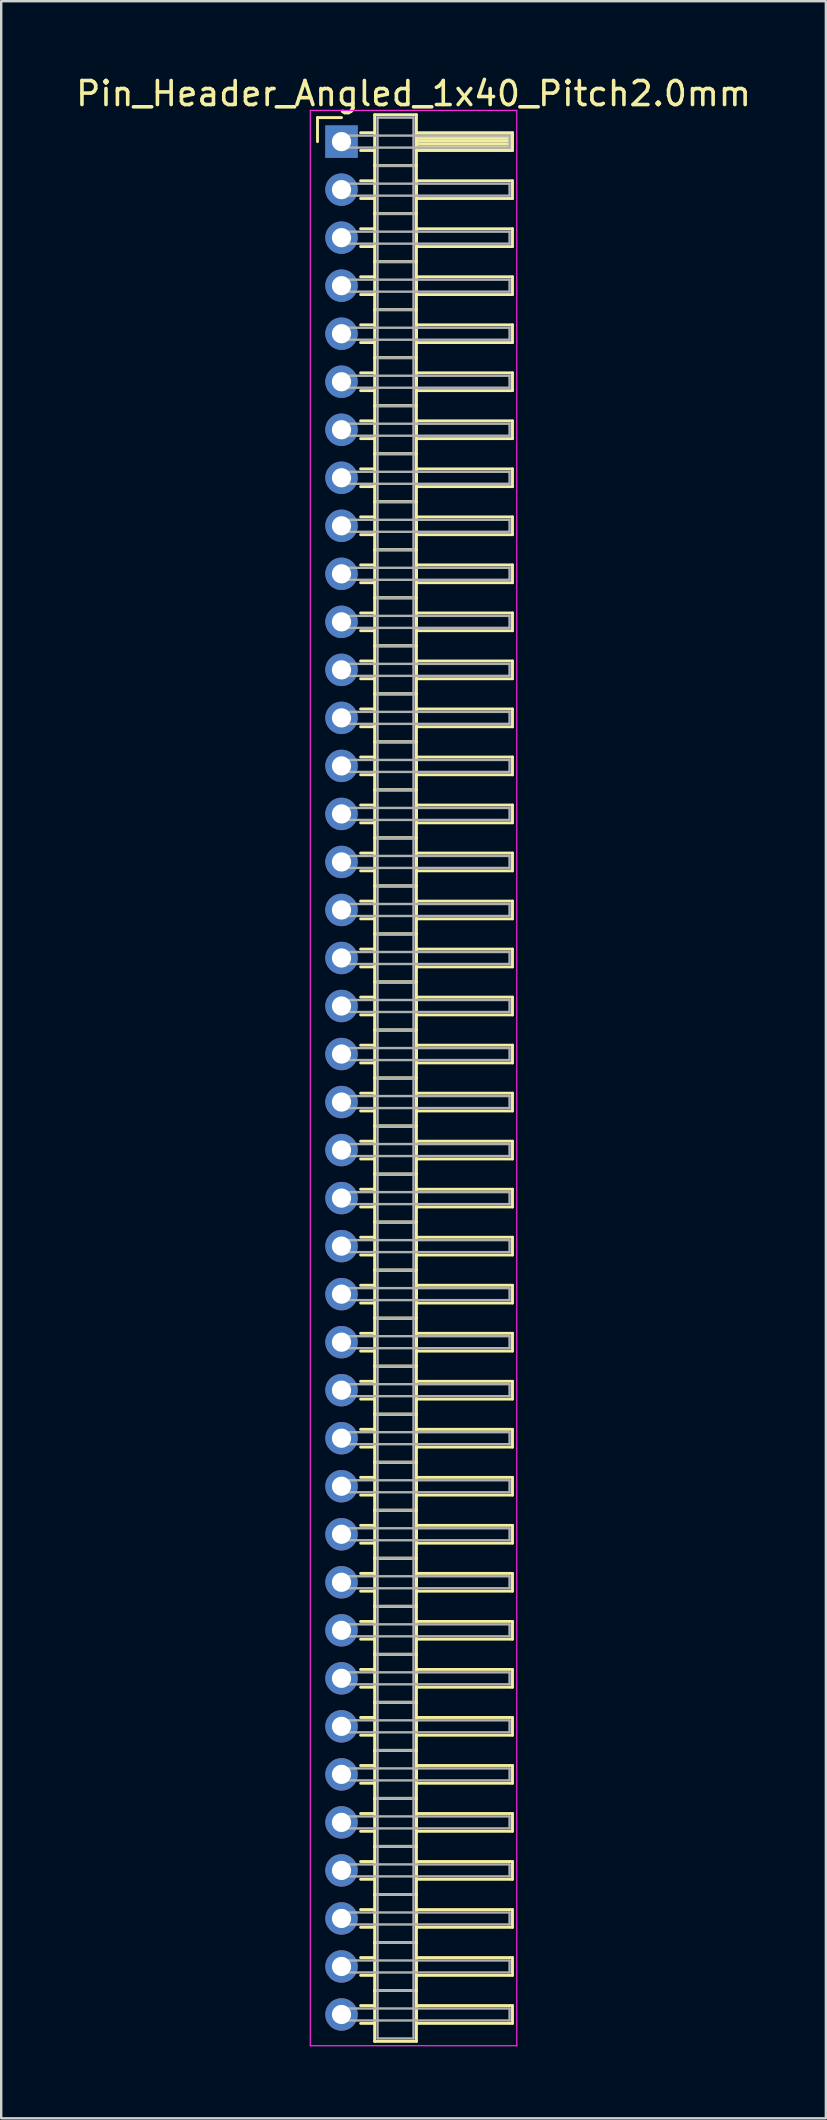
<source format=kicad_pcb>
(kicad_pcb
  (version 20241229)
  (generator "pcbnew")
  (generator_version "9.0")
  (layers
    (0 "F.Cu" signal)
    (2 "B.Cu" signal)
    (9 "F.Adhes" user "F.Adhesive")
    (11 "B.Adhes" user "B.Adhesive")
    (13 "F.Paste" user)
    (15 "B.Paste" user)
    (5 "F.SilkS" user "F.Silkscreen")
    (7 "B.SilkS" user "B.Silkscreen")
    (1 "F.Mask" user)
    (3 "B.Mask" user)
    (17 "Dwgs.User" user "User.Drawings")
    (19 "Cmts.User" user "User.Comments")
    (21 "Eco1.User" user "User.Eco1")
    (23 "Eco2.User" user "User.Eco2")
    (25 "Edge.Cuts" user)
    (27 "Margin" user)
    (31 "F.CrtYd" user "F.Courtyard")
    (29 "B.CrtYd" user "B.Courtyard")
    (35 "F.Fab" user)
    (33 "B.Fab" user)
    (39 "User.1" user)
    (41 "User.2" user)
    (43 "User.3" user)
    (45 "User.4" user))
  (footprint "Pin_Header_Angled_1x40_Pitch2.0mm"
    (layer "F.Cu")
    (at 11.173 2.848)
    (property "Reference" "Pin_Header_Angled_1x40_Pitch2.0mm" (at 3 -2 0) (layer "F.SilkS") (effects (font (size 1 1) (thickness 0.15))))
    (attr through_hole)
    (fp_line (start -1 -1) (end 0 -1) (stroke (width 0.12) (type solid)) (layer "F.SilkS"))
    (fp_line (start -1 0) (end -1 -1) (stroke (width 0.12) (type solid)) (layer "F.SilkS"))
    (fp_line (start 0.795 -0.37) (end 1.38 -0.37) (stroke (width 0.12) (type solid)) (layer "F.SilkS"))
    (fp_line (start 0.795 0.37) (end 1.38 0.37) (stroke (width 0.12) (type solid)) (layer "F.SilkS"))
    (fp_line (start 0.795 1.63) (end 1.38 1.63) (stroke (width 0.12) (type solid)) (layer "F.SilkS"))
    (fp_line (start 0.795 2.37) (end 1.38 2.37) (stroke (width 0.12) (type solid)) (layer "F.SilkS"))
    (fp_line (start 0.795 3.63) (end 1.38 3.63) (stroke (width 0.12) (type solid)) (layer "F.SilkS"))
    (fp_line (start 0.795 4.37) (end 1.38 4.37) (stroke (width 0.12) (type solid)) (layer "F.SilkS"))
    (fp_line (start 0.795 5.63) (end 1.38 5.63) (stroke (width 0.12) (type solid)) (layer "F.SilkS"))
    (fp_line (start 0.795 6.37) (end 1.38 6.37) (stroke (width 0.12) (type solid)) (layer "F.SilkS"))
    (fp_line (start 0.795 7.63) (end 1.38 7.63) (stroke (width 0.12) (type solid)) (layer "F.SilkS"))
    (fp_line (start 0.795 8.37) (end 1.38 8.37) (stroke (width 0.12) (type solid)) (layer "F.SilkS"))
    (fp_line (start 0.795 9.63) (end 1.38 9.63) (stroke (width 0.12) (type solid)) (layer "F.SilkS"))
    (fp_line (start 0.795 10.37) (end 1.38 10.37) (stroke (width 0.12) (type solid)) (layer "F.SilkS"))
    (fp_line (start 0.795 11.63) (end 1.38 11.63) (stroke (width 0.12) (type solid)) (layer "F.SilkS"))
    (fp_line (start 0.795 12.37) (end 1.38 12.37) (stroke (width 0.12) (type solid)) (layer "F.SilkS"))
    (fp_line (start 0.795 13.63) (end 1.38 13.63) (stroke (width 0.12) (type solid)) (layer "F.SilkS"))
    (fp_line (start 0.795 14.37) (end 1.38 14.37) (stroke (width 0.12) (type solid)) (layer "F.SilkS"))
    (fp_line (start 0.795 15.63) (end 1.38 15.63) (stroke (width 0.12) (type solid)) (layer "F.SilkS"))
    (fp_line (start 0.795 16.37) (end 1.38 16.37) (stroke (width 0.12) (type solid)) (layer "F.SilkS"))
    (fp_line (start 0.795 17.63) (end 1.38 17.63) (stroke (width 0.12) (type solid)) (layer "F.SilkS"))
    (fp_line (start 0.795 18.37) (end 1.38 18.37) (stroke (width 0.12) (type solid)) (layer "F.SilkS"))
    (fp_line (start 0.795 19.63) (end 1.38 19.63) (stroke (width 0.12) (type solid)) (layer "F.SilkS"))
    (fp_line (start 0.795 20.37) (end 1.38 20.37) (stroke (width 0.12) (type solid)) (layer "F.SilkS"))
    (fp_line (start 0.795 21.63) (end 1.38 21.63) (stroke (width 0.12) (type solid)) (layer "F.SilkS"))
    (fp_line (start 0.795 22.37) (end 1.38 22.37) (stroke (width 0.12) (type solid)) (layer "F.SilkS"))
    (fp_line (start 0.795 23.63) (end 1.38 23.63) (stroke (width 0.12) (type solid)) (layer "F.SilkS"))
    (fp_line (start 0.795 24.37) (end 1.38 24.37) (stroke (width 0.12) (type solid)) (layer "F.SilkS"))
    (fp_line (start 0.795 25.63) (end 1.38 25.63) (stroke (width 0.12) (type solid)) (layer "F.SilkS"))
    (fp_line (start 0.795 26.37) (end 1.38 26.37) (stroke (width 0.12) (type solid)) (layer "F.SilkS"))
    (fp_line (start 0.795 27.63) (end 1.38 27.63) (stroke (width 0.12) (type solid)) (layer "F.SilkS"))
    (fp_line (start 0.795 28.37) (end 1.38 28.37) (stroke (width 0.12) (type solid)) (layer "F.SilkS"))
    (fp_line (start 0.795 29.63) (end 1.38 29.63) (stroke (width 0.12) (type solid)) (layer "F.SilkS"))
    (fp_line (start 0.795 30.37) (end 1.38 30.37) (stroke (width 0.12) (type solid)) (layer "F.SilkS"))
    (fp_line (start 0.795 31.63) (end 1.38 31.63) (stroke (width 0.12) (type solid)) (layer "F.SilkS"))
    (fp_line (start 0.795 32.37) (end 1.38 32.37) (stroke (width 0.12) (type solid)) (layer "F.SilkS"))
    (fp_line (start 0.795 33.63) (end 1.38 33.63) (stroke (width 0.12) (type solid)) (layer "F.SilkS"))
    (fp_line (start 0.795 34.37) (end 1.38 34.37) (stroke (width 0.12) (type solid)) (layer "F.SilkS"))
    (fp_line (start 0.795 35.63) (end 1.38 35.63) (stroke (width 0.12) (type solid)) (layer "F.SilkS"))
    (fp_line (start 0.795 36.37) (end 1.38 36.37) (stroke (width 0.12) (type solid)) (layer "F.SilkS"))
    (fp_line (start 0.795 37.63) (end 1.38 37.63) (stroke (width 0.12) (type solid)) (layer "F.SilkS"))
    (fp_line (start 0.795 38.37) (end 1.38 38.37) (stroke (width 0.12) (type solid)) (layer "F.SilkS"))
    (fp_line (start 0.795 39.63) (end 1.38 39.63) (stroke (width 0.12) (type solid)) (layer "F.SilkS"))
    (fp_line (start 0.795 40.37) (end 1.38 40.37) (stroke (width 0.12) (type solid)) (layer "F.SilkS"))
    (fp_line (start 0.795 41.63) (end 1.38 41.63) (stroke (width 0.12) (type solid)) (layer "F.SilkS"))
    (fp_line (start 0.795 42.37) (end 1.38 42.37) (stroke (width 0.12) (type solid)) (layer "F.SilkS"))
    (fp_line (start 0.795 43.63) (end 1.38 43.63) (stroke (width 0.12) (type solid)) (layer "F.SilkS"))
    (fp_line (start 0.795 44.37) (end 1.38 44.37) (stroke (width 0.12) (type solid)) (layer "F.SilkS"))
    (fp_line (start 0.795 45.63) (end 1.38 45.63) (stroke (width 0.12) (type solid)) (layer "F.SilkS"))
    (fp_line (start 0.795 46.37) (end 1.38 46.37) (stroke (width 0.12) (type solid)) (layer "F.SilkS"))
    (fp_line (start 0.795 47.63) (end 1.38 47.63) (stroke (width 0.12) (type solid)) (layer "F.SilkS"))
    (fp_line (start 0.795 48.37) (end 1.38 48.37) (stroke (width 0.12) (type solid)) (layer "F.SilkS"))
    (fp_line (start 0.795 49.63) (end 1.38 49.63) (stroke (width 0.12) (type solid)) (layer "F.SilkS"))
    (fp_line (start 0.795 50.37) (end 1.38 50.37) (stroke (width 0.12) (type solid)) (layer "F.SilkS"))
    (fp_line (start 0.795 51.63) (end 1.38 51.63) (stroke (width 0.12) (type solid)) (layer "F.SilkS"))
    (fp_line (start 0.795 52.37) (end 1.38 52.37) (stroke (width 0.12) (type solid)) (layer "F.SilkS"))
    (fp_line (start 0.795 53.63) (end 1.38 53.63) (stroke (width 0.12) (type solid)) (layer "F.SilkS"))
    (fp_line (start 0.795 54.37) (end 1.38 54.37) (stroke (width 0.12) (type solid)) (layer "F.SilkS"))
    (fp_line (start 0.795 55.63) (end 1.38 55.63) (stroke (width 0.12) (type solid)) (layer "F.SilkS"))
    (fp_line (start 0.795 56.37) (end 1.38 56.37) (stroke (width 0.12) (type solid)) (layer "F.SilkS"))
    (fp_line (start 0.795 57.63) (end 1.38 57.63) (stroke (width 0.12) (type solid)) (layer "F.SilkS"))
    (fp_line (start 0.795 58.37) (end 1.38 58.37) (stroke (width 0.12) (type solid)) (layer "F.SilkS"))
    (fp_line (start 0.795 59.63) (end 1.38 59.63) (stroke (width 0.12) (type solid)) (layer "F.SilkS"))
    (fp_line (start 0.795 60.37) (end 1.38 60.37) (stroke (width 0.12) (type solid)) (layer "F.SilkS"))
    (fp_line (start 0.795 61.63) (end 1.38 61.63) (stroke (width 0.12) (type solid)) (layer "F.SilkS"))
    (fp_line (start 0.795 62.37) (end 1.38 62.37) (stroke (width 0.12) (type solid)) (layer "F.SilkS"))
    (fp_line (start 0.795 63.63) (end 1.38 63.63) (stroke (width 0.12) (type solid)) (layer "F.SilkS"))
    (fp_line (start 0.795 64.37) (end 1.38 64.37) (stroke (width 0.12) (type solid)) (layer "F.SilkS"))
    (fp_line (start 0.795 65.63) (end 1.38 65.63) (stroke (width 0.12) (type solid)) (layer "F.SilkS"))
    (fp_line (start 0.795 66.37) (end 1.38 66.37) (stroke (width 0.12) (type solid)) (layer "F.SilkS"))
    (fp_line (start 0.795 67.63) (end 1.38 67.63) (stroke (width 0.12) (type solid)) (layer "F.SilkS"))
    (fp_line (start 0.795 68.37) (end 1.38 68.37) (stroke (width 0.12) (type solid)) (layer "F.SilkS"))
    (fp_line (start 0.795 69.63) (end 1.38 69.63) (stroke (width 0.12) (type solid)) (layer "F.SilkS"))
    (fp_line (start 0.795 70.37) (end 1.38 70.37) (stroke (width 0.12) (type solid)) (layer "F.SilkS"))
    (fp_line (start 0.795 71.63) (end 1.38 71.63) (stroke (width 0.12) (type solid)) (layer "F.SilkS"))
    (fp_line (start 0.795 72.37) (end 1.38 72.37) (stroke (width 0.12) (type solid)) (layer "F.SilkS"))
    (fp_line (start 0.795 73.63) (end 1.38 73.63) (stroke (width 0.12) (type solid)) (layer "F.SilkS"))
    (fp_line (start 0.795 74.37) (end 1.38 74.37) (stroke (width 0.12) (type solid)) (layer "F.SilkS"))
    (fp_line (start 0.795 75.63) (end 1.38 75.63) (stroke (width 0.12) (type solid)) (layer "F.SilkS"))
    (fp_line (start 0.795 76.37) (end 1.38 76.37) (stroke (width 0.12) (type solid)) (layer "F.SilkS"))
    (fp_line (start 0.795 77.63) (end 1.38 77.63) (stroke (width 0.12) (type solid)) (layer "F.SilkS"))
    (fp_line (start 0.795 78.37) (end 1.38 78.37) (stroke (width 0.12) (type solid)) (layer "F.SilkS"))
    (fp_line (start 1.38 -1.12) (end 1.38 1) (stroke (width 0.12) (type solid)) (layer "F.SilkS"))
    (fp_line (start 1.38 1) (end 1.38 3) (stroke (width 0.12) (type solid)) (layer "F.SilkS"))
    (fp_line (start 1.38 1) (end 3.12 1) (stroke (width 0.12) (type solid)) (layer "F.SilkS"))
    (fp_line (start 1.38 3) (end 1.38 5) (stroke (width 0.12) (type solid)) (layer "F.SilkS"))
    (fp_line (start 1.38 3) (end 3.12 3) (stroke (width 0.12) (type solid)) (layer "F.SilkS"))
    (fp_line (start 1.38 5) (end 1.38 7) (stroke (width 0.12) (type solid)) (layer "F.SilkS"))
    (fp_line (start 1.38 5) (end 3.12 5) (stroke (width 0.12) (type solid)) (layer "F.SilkS"))
    (fp_line (start 1.38 7) (end 1.38 9) (stroke (width 0.12) (type solid)) (layer "F.SilkS"))
    (fp_line (start 1.38 7) (end 3.12 7) (stroke (width 0.12) (type solid)) (layer "F.SilkS"))
    (fp_line (start 1.38 9) (end 1.38 11) (stroke (width 0.12) (type solid)) (layer "F.SilkS"))
    (fp_line (start 1.38 9) (end 3.12 9) (stroke (width 0.12) (type solid)) (layer "F.SilkS"))
    (fp_line (start 1.38 11) (end 1.38 13) (stroke (width 0.12) (type solid)) (layer "F.SilkS"))
    (fp_line (start 1.38 11) (end 3.12 11) (stroke (width 0.12) (type solid)) (layer "F.SilkS"))
    (fp_line (start 1.38 13) (end 1.38 15) (stroke (width 0.12) (type solid)) (layer "F.SilkS"))
    (fp_line (start 1.38 13) (end 3.12 13) (stroke (width 0.12) (type solid)) (layer "F.SilkS"))
    (fp_line (start 1.38 15) (end 1.38 17) (stroke (width 0.12) (type solid)) (layer "F.SilkS"))
    (fp_line (start 1.38 15) (end 3.12 15) (stroke (width 0.12) (type solid)) (layer "F.SilkS"))
    (fp_line (start 1.38 17) (end 1.38 19) (stroke (width 0.12) (type solid)) (layer "F.SilkS"))
    (fp_line (start 1.38 17) (end 3.12 17) (stroke (width 0.12) (type solid)) (layer "F.SilkS"))
    (fp_line (start 1.38 19) (end 1.38 21) (stroke (width 0.12) (type solid)) (layer "F.SilkS"))
    (fp_line (start 1.38 19) (end 3.12 19) (stroke (width 0.12) (type solid)) (layer "F.SilkS"))
    (fp_line (start 1.38 21) (end 1.38 23) (stroke (width 0.12) (type solid)) (layer "F.SilkS"))
    (fp_line (start 1.38 21) (end 3.12 21) (stroke (width 0.12) (type solid)) (layer "F.SilkS"))
    (fp_line (start 1.38 23) (end 1.38 25) (stroke (width 0.12) (type solid)) (layer "F.SilkS"))
    (fp_line (start 1.38 23) (end 3.12 23) (stroke (width 0.12) (type solid)) (layer "F.SilkS"))
    (fp_line (start 1.38 25) (end 1.38 27) (stroke (width 0.12) (type solid)) (layer "F.SilkS"))
    (fp_line (start 1.38 25) (end 3.12 25) (stroke (width 0.12) (type solid)) (layer "F.SilkS"))
    (fp_line (start 1.38 27) (end 1.38 29) (stroke (width 0.12) (type solid)) (layer "F.SilkS"))
    (fp_line (start 1.38 27) (end 3.12 27) (stroke (width 0.12) (type solid)) (layer "F.SilkS"))
    (fp_line (start 1.38 29) (end 1.38 31) (stroke (width 0.12) (type solid)) (layer "F.SilkS"))
    (fp_line (start 1.38 29) (end 3.12 29) (stroke (width 0.12) (type solid)) (layer "F.SilkS"))
    (fp_line (start 1.38 31) (end 1.38 33) (stroke (width 0.12) (type solid)) (layer "F.SilkS"))
    (fp_line (start 1.38 31) (end 3.12 31) (stroke (width 0.12) (type solid)) (layer "F.SilkS"))
    (fp_line (start 1.38 33) (end 1.38 35) (stroke (width 0.12) (type solid)) (layer "F.SilkS"))
    (fp_line (start 1.38 33) (end 3.12 33) (stroke (width 0.12) (type solid)) (layer "F.SilkS"))
    (fp_line (start 1.38 35) (end 1.38 37) (stroke (width 0.12) (type solid)) (layer "F.SilkS"))
    (fp_line (start 1.38 35) (end 3.12 35) (stroke (width 0.12) (type solid)) (layer "F.SilkS"))
    (fp_line (start 1.38 37) (end 1.38 39) (stroke (width 0.12) (type solid)) (layer "F.SilkS"))
    (fp_line (start 1.38 37) (end 3.12 37) (stroke (width 0.12) (type solid)) (layer "F.SilkS"))
    (fp_line (start 1.38 39) (end 1.38 41) (stroke (width 0.12) (type solid)) (layer "F.SilkS"))
    (fp_line (start 1.38 39) (end 3.12 39) (stroke (width 0.12) (type solid)) (layer "F.SilkS"))
    (fp_line (start 1.38 41) (end 1.38 43) (stroke (width 0.12) (type solid)) (layer "F.SilkS"))
    (fp_line (start 1.38 41) (end 3.12 41) (stroke (width 0.12) (type solid)) (layer "F.SilkS"))
    (fp_line (start 1.38 43) (end 1.38 45) (stroke (width 0.12) (type solid)) (layer "F.SilkS"))
    (fp_line (start 1.38 43) (end 3.12 43) (stroke (width 0.12) (type solid)) (layer "F.SilkS"))
    (fp_line (start 1.38 45) (end 1.38 47) (stroke (width 0.12) (type solid)) (layer "F.SilkS"))
    (fp_line (start 1.38 45) (end 3.12 45) (stroke (width 0.12) (type solid)) (layer "F.SilkS"))
    (fp_line (start 1.38 47) (end 1.38 49) (stroke (width 0.12) (type solid)) (layer "F.SilkS"))
    (fp_line (start 1.38 47) (end 3.12 47) (stroke (width 0.12) (type solid)) (layer "F.SilkS"))
    (fp_line (start 1.38 49) (end 1.38 51) (stroke (width 0.12) (type solid)) (layer "F.SilkS"))
    (fp_line (start 1.38 49) (end 3.12 49) (stroke (width 0.12) (type solid)) (layer "F.SilkS"))
    (fp_line (start 1.38 51) (end 1.38 53) (stroke (width 0.12) (type solid)) (layer "F.SilkS"))
    (fp_line (start 1.38 51) (end 3.12 51) (stroke (width 0.12) (type solid)) (layer "F.SilkS"))
    (fp_line (start 1.38 53) (end 1.38 55) (stroke (width 0.12) (type solid)) (layer "F.SilkS"))
    (fp_line (start 1.38 53) (end 3.12 53) (stroke (width 0.12) (type solid)) (layer "F.SilkS"))
    (fp_line (start 1.38 55) (end 1.38 57) (stroke (width 0.12) (type solid)) (layer "F.SilkS"))
    (fp_line (start 1.38 55) (end 3.12 55) (stroke (width 0.12) (type solid)) (layer "F.SilkS"))
    (fp_line (start 1.38 57) (end 1.38 59) (stroke (width 0.12) (type solid)) (layer "F.SilkS"))
    (fp_line (start 1.38 57) (end 3.12 57) (stroke (width 0.12) (type solid)) (layer "F.SilkS"))
    (fp_line (start 1.38 59) (end 1.38 61) (stroke (width 0.12) (type solid)) (layer "F.SilkS"))
    (fp_line (start 1.38 59) (end 3.12 59) (stroke (width 0.12) (type solid)) (layer "F.SilkS"))
    (fp_line (start 1.38 61) (end 1.38 63) (stroke (width 0.12) (type solid)) (layer "F.SilkS"))
    (fp_line (start 1.38 61) (end 3.12 61) (stroke (width 0.12) (type solid)) (layer "F.SilkS"))
    (fp_line (start 1.38 63) (end 1.38 65) (stroke (width 0.12) (type solid)) (layer "F.SilkS"))
    (fp_line (start 1.38 63) (end 3.12 63) (stroke (width 0.12) (type solid)) (layer "F.SilkS"))
    (fp_line (start 1.38 65) (end 1.38 67) (stroke (width 0.12) (type solid)) (layer "F.SilkS"))
    (fp_line (start 1.38 65) (end 3.12 65) (stroke (width 0.12) (type solid)) (layer "F.SilkS"))
    (fp_line (start 1.38 67) (end 1.38 69) (stroke (width 0.12) (type solid)) (layer "F.SilkS"))
    (fp_line (start 1.38 67) (end 3.12 67) (stroke (width 0.12) (type solid)) (layer "F.SilkS"))
    (fp_line (start 1.38 69) (end 1.38 71) (stroke (width 0.12) (type solid)) (layer "F.SilkS"))
    (fp_line (start 1.38 69) (end 3.12 69) (stroke (width 0.12) (type solid)) (layer "F.SilkS"))
    (fp_line (start 1.38 71) (end 1.38 73) (stroke (width 0.12) (type solid)) (layer "F.SilkS"))
    (fp_line (start 1.38 71) (end 3.12 71) (stroke (width 0.12) (type solid)) (layer "F.SilkS"))
    (fp_line (start 1.38 73) (end 1.38 75) (stroke (width 0.12) (type solid)) (layer "F.SilkS"))
    (fp_line (start 1.38 73) (end 3.12 73) (stroke (width 0.12) (type solid)) (layer "F.SilkS"))
    (fp_line (start 1.38 75) (end 1.38 77) (stroke (width 0.12) (type solid)) (layer "F.SilkS"))
    (fp_line (start 1.38 75) (end 3.12 75) (stroke (width 0.12) (type solid)) (layer "F.SilkS"))
    (fp_line (start 1.38 77) (end 1.38 79.12) (stroke (width 0.12) (type solid)) (layer "F.SilkS"))
    (fp_line (start 1.38 77) (end 3.12 77) (stroke (width 0.12) (type solid)) (layer "F.SilkS"))
    (fp_line (start 1.38 79.12) (end 3.12 79.12) (stroke (width 0.12) (type solid)) (layer "F.SilkS"))
    (fp_line (start 3.12 -1.12) (end 1.38 -1.12) (stroke (width 0.12) (type solid)) (layer "F.SilkS"))
    (fp_line (start 3.12 -0.37) (end 3.12 0.37) (stroke (width 0.12) (type solid)) (layer "F.SilkS"))
    (fp_line (start 3.12 -0.25) (end 7.12 -0.25) (stroke (width 0.12) (type solid)) (layer "F.SilkS"))
    (fp_line (start 3.12 -0.13) (end 7.12 -0.13) (stroke (width 0.12) (type solid)) (layer "F.SilkS"))
    (fp_line (start 3.12 -0.01) (end 7.12 -0.01) (stroke (width 0.12) (type solid)) (layer "F.SilkS"))
    (fp_line (start 3.12 0.11) (end 7.12 0.11) (stroke (width 0.12) (type solid)) (layer "F.SilkS"))
    (fp_line (start 3.12 0.23) (end 7.12 0.23) (stroke (width 0.12) (type solid)) (layer "F.SilkS"))
    (fp_line (start 3.12 0.35) (end 7.12 0.35) (stroke (width 0.12) (type solid)) (layer "F.SilkS"))
    (fp_line (start 3.12 0.37) (end 7.12 0.37) (stroke (width 0.12) (type solid)) (layer "F.SilkS"))
    (fp_line (start 3.12 1) (end 1.38 1) (stroke (width 0.12) (type solid)) (layer "F.SilkS"))
    (fp_line (start 3.12 1) (end 3.12 -1.12) (stroke (width 0.12) (type solid)) (layer "F.SilkS"))
    (fp_line (start 3.12 1.63) (end 3.12 2.37) (stroke (width 0.12) (type solid)) (layer "F.SilkS"))
    (fp_line (start 3.12 2.37) (end 7.12 2.37) (stroke (width 0.12) (type solid)) (layer "F.SilkS"))
    (fp_line (start 3.12 3) (end 1.38 3) (stroke (width 0.12) (type solid)) (layer "F.SilkS"))
    (fp_line (start 3.12 3) (end 3.12 1) (stroke (width 0.12) (type solid)) (layer "F.SilkS"))
    (fp_line (start 3.12 3.63) (end 3.12 4.37) (stroke (width 0.12) (type solid)) (layer "F.SilkS"))
    (fp_line (start 3.12 4.37) (end 7.12 4.37) (stroke (width 0.12) (type solid)) (layer "F.SilkS"))
    (fp_line (start 3.12 5) (end 1.38 5) (stroke (width 0.12) (type solid)) (layer "F.SilkS"))
    (fp_line (start 3.12 5) (end 3.12 3) (stroke (width 0.12) (type solid)) (layer "F.SilkS"))
    (fp_line (start 3.12 5.63) (end 3.12 6.37) (stroke (width 0.12) (type solid)) (layer "F.SilkS"))
    (fp_line (start 3.12 6.37) (end 7.12 6.37) (stroke (width 0.12) (type solid)) (layer "F.SilkS"))
    (fp_line (start 3.12 7) (end 1.38 7) (stroke (width 0.12) (type solid)) (layer "F.SilkS"))
    (fp_line (start 3.12 7) (end 3.12 5) (stroke (width 0.12) (type solid)) (layer "F.SilkS"))
    (fp_line (start 3.12 7.63) (end 3.12 8.37) (stroke (width 0.12) (type solid)) (layer "F.SilkS"))
    (fp_line (start 3.12 8.37) (end 7.12 8.37) (stroke (width 0.12) (type solid)) (layer "F.SilkS"))
    (fp_line (start 3.12 9) (end 1.38 9) (stroke (width 0.12) (type solid)) (layer "F.SilkS"))
    (fp_line (start 3.12 9) (end 3.12 7) (stroke (width 0.12) (type solid)) (layer "F.SilkS"))
    (fp_line (start 3.12 9.63) (end 3.12 10.37) (stroke (width 0.12) (type solid)) (layer "F.SilkS"))
    (fp_line (start 3.12 10.37) (end 7.12 10.37) (stroke (width 0.12) (type solid)) (layer "F.SilkS"))
    (fp_line (start 3.12 11) (end 1.38 11) (stroke (width 0.12) (type solid)) (layer "F.SilkS"))
    (fp_line (start 3.12 11) (end 3.12 9) (stroke (width 0.12) (type solid)) (layer "F.SilkS"))
    (fp_line (start 3.12 11.63) (end 3.12 12.37) (stroke (width 0.12) (type solid)) (layer "F.SilkS"))
    (fp_line (start 3.12 12.37) (end 7.12 12.37) (stroke (width 0.12) (type solid)) (layer "F.SilkS"))
    (fp_line (start 3.12 13) (end 1.38 13) (stroke (width 0.12) (type solid)) (layer "F.SilkS"))
    (fp_line (start 3.12 13) (end 3.12 11) (stroke (width 0.12) (type solid)) (layer "F.SilkS"))
    (fp_line (start 3.12 13.63) (end 3.12 14.37) (stroke (width 0.12) (type solid)) (layer "F.SilkS"))
    (fp_line (start 3.12 14.37) (end 7.12 14.37) (stroke (width 0.12) (type solid)) (layer "F.SilkS"))
    (fp_line (start 3.12 15) (end 1.38 15) (stroke (width 0.12) (type solid)) (layer "F.SilkS"))
    (fp_line (start 3.12 15) (end 3.12 13) (stroke (width 0.12) (type solid)) (layer "F.SilkS"))
    (fp_line (start 3.12 15.63) (end 3.12 16.37) (stroke (width 0.12) (type solid)) (layer "F.SilkS"))
    (fp_line (start 3.12 16.37) (end 7.12 16.37) (stroke (width 0.12) (type solid)) (layer "F.SilkS"))
    (fp_line (start 3.12 17) (end 1.38 17) (stroke (width 0.12) (type solid)) (layer "F.SilkS"))
    (fp_line (start 3.12 17) (end 3.12 15) (stroke (width 0.12) (type solid)) (layer "F.SilkS"))
    (fp_line (start 3.12 17.63) (end 3.12 18.37) (stroke (width 0.12) (type solid)) (layer "F.SilkS"))
    (fp_line (start 3.12 18.37) (end 7.12 18.37) (stroke (width 0.12) (type solid)) (layer "F.SilkS"))
    (fp_line (start 3.12 19) (end 1.38 19) (stroke (width 0.12) (type solid)) (layer "F.SilkS"))
    (fp_line (start 3.12 19) (end 3.12 17) (stroke (width 0.12) (type solid)) (layer "F.SilkS"))
    (fp_line (start 3.12 19.63) (end 3.12 20.37) (stroke (width 0.12) (type solid)) (layer "F.SilkS"))
    (fp_line (start 3.12 20.37) (end 7.12 20.37) (stroke (width 0.12) (type solid)) (layer "F.SilkS"))
    (fp_line (start 3.12 21) (end 1.38 21) (stroke (width 0.12) (type solid)) (layer "F.SilkS"))
    (fp_line (start 3.12 21) (end 3.12 19) (stroke (width 0.12) (type solid)) (layer "F.SilkS"))
    (fp_line (start 3.12 21.63) (end 3.12 22.37) (stroke (width 0.12) (type solid)) (layer "F.SilkS"))
    (fp_line (start 3.12 22.37) (end 7.12 22.37) (stroke (width 0.12) (type solid)) (layer "F.SilkS"))
    (fp_line (start 3.12 23) (end 1.38 23) (stroke (width 0.12) (type solid)) (layer "F.SilkS"))
    (fp_line (start 3.12 23) (end 3.12 21) (stroke (width 0.12) (type solid)) (layer "F.SilkS"))
    (fp_line (start 3.12 23.63) (end 3.12 24.37) (stroke (width 0.12) (type solid)) (layer "F.SilkS"))
    (fp_line (start 3.12 24.37) (end 7.12 24.37) (stroke (width 0.12) (type solid)) (layer "F.SilkS"))
    (fp_line (start 3.12 25) (end 1.38 25) (stroke (width 0.12) (type solid)) (layer "F.SilkS"))
    (fp_line (start 3.12 25) (end 3.12 23) (stroke (width 0.12) (type solid)) (layer "F.SilkS"))
    (fp_line (start 3.12 25.63) (end 3.12 26.37) (stroke (width 0.12) (type solid)) (layer "F.SilkS"))
    (fp_line (start 3.12 26.37) (end 7.12 26.37) (stroke (width 0.12) (type solid)) (layer "F.SilkS"))
    (fp_line (start 3.12 27) (end 1.38 27) (stroke (width 0.12) (type solid)) (layer "F.SilkS"))
    (fp_line (start 3.12 27) (end 3.12 25) (stroke (width 0.12) (type solid)) (layer "F.SilkS"))
    (fp_line (start 3.12 27.63) (end 3.12 28.37) (stroke (width 0.12) (type solid)) (layer "F.SilkS"))
    (fp_line (start 3.12 28.37) (end 7.12 28.37) (stroke (width 0.12) (type solid)) (layer "F.SilkS"))
    (fp_line (start 3.12 29) (end 1.38 29) (stroke (width 0.12) (type solid)) (layer "F.SilkS"))
    (fp_line (start 3.12 29) (end 3.12 27) (stroke (width 0.12) (type solid)) (layer "F.SilkS"))
    (fp_line (start 3.12 29.63) (end 3.12 30.37) (stroke (width 0.12) (type solid)) (layer "F.SilkS"))
    (fp_line (start 3.12 30.37) (end 7.12 30.37) (stroke (width 0.12) (type solid)) (layer "F.SilkS"))
    (fp_line (start 3.12 31) (end 1.38 31) (stroke (width 0.12) (type solid)) (layer "F.SilkS"))
    (fp_line (start 3.12 31) (end 3.12 29) (stroke (width 0.12) (type solid)) (layer "F.SilkS"))
    (fp_line (start 3.12 31.63) (end 3.12 32.37) (stroke (width 0.12) (type solid)) (layer "F.SilkS"))
    (fp_line (start 3.12 32.37) (end 7.12 32.37) (stroke (width 0.12) (type solid)) (layer "F.SilkS"))
    (fp_line (start 3.12 33) (end 1.38 33) (stroke (width 0.12) (type solid)) (layer "F.SilkS"))
    (fp_line (start 3.12 33) (end 3.12 31) (stroke (width 0.12) (type solid)) (layer "F.SilkS"))
    (fp_line (start 3.12 33.63) (end 3.12 34.37) (stroke (width 0.12) (type solid)) (layer "F.SilkS"))
    (fp_line (start 3.12 34.37) (end 7.12 34.37) (stroke (width 0.12) (type solid)) (layer "F.SilkS"))
    (fp_line (start 3.12 35) (end 1.38 35) (stroke (width 0.12) (type solid)) (layer "F.SilkS"))
    (fp_line (start 3.12 35) (end 3.12 33) (stroke (width 0.12) (type solid)) (layer "F.SilkS"))
    (fp_line (start 3.12 35.63) (end 3.12 36.37) (stroke (width 0.12) (type solid)) (layer "F.SilkS"))
    (fp_line (start 3.12 36.37) (end 7.12 36.37) (stroke (width 0.12) (type solid)) (layer "F.SilkS"))
    (fp_line (start 3.12 37) (end 1.38 37) (stroke (width 0.12) (type solid)) (layer "F.SilkS"))
    (fp_line (start 3.12 37) (end 3.12 35) (stroke (width 0.12) (type solid)) (layer "F.SilkS"))
    (fp_line (start 3.12 37.63) (end 3.12 38.37) (stroke (width 0.12) (type solid)) (layer "F.SilkS"))
    (fp_line (start 3.12 38.37) (end 7.12 38.37) (stroke (width 0.12) (type solid)) (layer "F.SilkS"))
    (fp_line (start 3.12 39) (end 1.38 39) (stroke (width 0.12) (type solid)) (layer "F.SilkS"))
    (fp_line (start 3.12 39) (end 3.12 37) (stroke (width 0.12) (type solid)) (layer "F.SilkS"))
    (fp_line (start 3.12 39.63) (end 3.12 40.37) (stroke (width 0.12) (type solid)) (layer "F.SilkS"))
    (fp_line (start 3.12 40.37) (end 7.12 40.37) (stroke (width 0.12) (type solid)) (layer "F.SilkS"))
    (fp_line (start 3.12 41) (end 1.38 41) (stroke (width 0.12) (type solid)) (layer "F.SilkS"))
    (fp_line (start 3.12 41) (end 3.12 39) (stroke (width 0.12) (type solid)) (layer "F.SilkS"))
    (fp_line (start 3.12 41.63) (end 3.12 42.37) (stroke (width 0.12) (type solid)) (layer "F.SilkS"))
    (fp_line (start 3.12 42.37) (end 7.12 42.37) (stroke (width 0.12) (type solid)) (layer "F.SilkS"))
    (fp_line (start 3.12 43) (end 1.38 43) (stroke (width 0.12) (type solid)) (layer "F.SilkS"))
    (fp_line (start 3.12 43) (end 3.12 41) (stroke (width 0.12) (type solid)) (layer "F.SilkS"))
    (fp_line (start 3.12 43.63) (end 3.12 44.37) (stroke (width 0.12) (type solid)) (layer "F.SilkS"))
    (fp_line (start 3.12 44.37) (end 7.12 44.37) (stroke (width 0.12) (type solid)) (layer "F.SilkS"))
    (fp_line (start 3.12 45) (end 1.38 45) (stroke (width 0.12) (type solid)) (layer "F.SilkS"))
    (fp_line (start 3.12 45) (end 3.12 43) (stroke (width 0.12) (type solid)) (layer "F.SilkS"))
    (fp_line (start 3.12 45.63) (end 3.12 46.37) (stroke (width 0.12) (type solid)) (layer "F.SilkS"))
    (fp_line (start 3.12 46.37) (end 7.12 46.37) (stroke (width 0.12) (type solid)) (layer "F.SilkS"))
    (fp_line (start 3.12 47) (end 1.38 47) (stroke (width 0.12) (type solid)) (layer "F.SilkS"))
    (fp_line (start 3.12 47) (end 3.12 45) (stroke (width 0.12) (type solid)) (layer "F.SilkS"))
    (fp_line (start 3.12 47.63) (end 3.12 48.37) (stroke (width 0.12) (type solid)) (layer "F.SilkS"))
    (fp_line (start 3.12 48.37) (end 7.12 48.37) (stroke (width 0.12) (type solid)) (layer "F.SilkS"))
    (fp_line (start 3.12 49) (end 1.38 49) (stroke (width 0.12) (type solid)) (layer "F.SilkS"))
    (fp_line (start 3.12 49) (end 3.12 47) (stroke (width 0.12) (type solid)) (layer "F.SilkS"))
    (fp_line (start 3.12 49.63) (end 3.12 50.37) (stroke (width 0.12) (type solid)) (layer "F.SilkS"))
    (fp_line (start 3.12 50.37) (end 7.12 50.37) (stroke (width 0.12) (type solid)) (layer "F.SilkS"))
    (fp_line (start 3.12 51) (end 1.38 51) (stroke (width 0.12) (type solid)) (layer "F.SilkS"))
    (fp_line (start 3.12 51) (end 3.12 49) (stroke (width 0.12) (type solid)) (layer "F.SilkS"))
    (fp_line (start 3.12 51.63) (end 3.12 52.37) (stroke (width 0.12) (type solid)) (layer "F.SilkS"))
    (fp_line (start 3.12 52.37) (end 7.12 52.37) (stroke (width 0.12) (type solid)) (layer "F.SilkS"))
    (fp_line (start 3.12 53) (end 1.38 53) (stroke (width 0.12) (type solid)) (layer "F.SilkS"))
    (fp_line (start 3.12 53) (end 3.12 51) (stroke (width 0.12) (type solid)) (layer "F.SilkS"))
    (fp_line (start 3.12 53.63) (end 3.12 54.37) (stroke (width 0.12) (type solid)) (layer "F.SilkS"))
    (fp_line (start 3.12 54.37) (end 7.12 54.37) (stroke (width 0.12) (type solid)) (layer "F.SilkS"))
    (fp_line (start 3.12 55) (end 1.38 55) (stroke (width 0.12) (type solid)) (layer "F.SilkS"))
    (fp_line (start 3.12 55) (end 3.12 53) (stroke (width 0.12) (type solid)) (layer "F.SilkS"))
    (fp_line (start 3.12 55.63) (end 3.12 56.37) (stroke (width 0.12) (type solid)) (layer "F.SilkS"))
    (fp_line (start 3.12 56.37) (end 7.12 56.37) (stroke (width 0.12) (type solid)) (layer "F.SilkS"))
    (fp_line (start 3.12 57) (end 1.38 57) (stroke (width 0.12) (type solid)) (layer "F.SilkS"))
    (fp_line (start 3.12 57) (end 3.12 55) (stroke (width 0.12) (type solid)) (layer "F.SilkS"))
    (fp_line (start 3.12 57.63) (end 3.12 58.37) (stroke (width 0.12) (type solid)) (layer "F.SilkS"))
    (fp_line (start 3.12 58.37) (end 7.12 58.37) (stroke (width 0.12) (type solid)) (layer "F.SilkS"))
    (fp_line (start 3.12 59) (end 1.38 59) (stroke (width 0.12) (type solid)) (layer "F.SilkS"))
    (fp_line (start 3.12 59) (end 3.12 57) (stroke (width 0.12) (type solid)) (layer "F.SilkS"))
    (fp_line (start 3.12 59.63) (end 3.12 60.37) (stroke (width 0.12) (type solid)) (layer "F.SilkS"))
    (fp_line (start 3.12 60.37) (end 7.12 60.37) (stroke (width 0.12) (type solid)) (layer "F.SilkS"))
    (fp_line (start 3.12 61) (end 1.38 61) (stroke (width 0.12) (type solid)) (layer "F.SilkS"))
    (fp_line (start 3.12 61) (end 3.12 59) (stroke (width 0.12) (type solid)) (layer "F.SilkS"))
    (fp_line (start 3.12 61.63) (end 3.12 62.37) (stroke (width 0.12) (type solid)) (layer "F.SilkS"))
    (fp_line (start 3.12 62.37) (end 7.12 62.37) (stroke (width 0.12) (type solid)) (layer "F.SilkS"))
    (fp_line (start 3.12 63) (end 1.38 63) (stroke (width 0.12) (type solid)) (layer "F.SilkS"))
    (fp_line (start 3.12 63) (end 3.12 61) (stroke (width 0.12) (type solid)) (layer "F.SilkS"))
    (fp_line (start 3.12 63.63) (end 3.12 64.37) (stroke (width 0.12) (type solid)) (layer "F.SilkS"))
    (fp_line (start 3.12 64.37) (end 7.12 64.37) (stroke (width 0.12) (type solid)) (layer "F.SilkS"))
    (fp_line (start 3.12 65) (end 1.38 65) (stroke (width 0.12) (type solid)) (layer "F.SilkS"))
    (fp_line (start 3.12 65) (end 3.12 63) (stroke (width 0.12) (type solid)) (layer "F.SilkS"))
    (fp_line (start 3.12 65.63) (end 3.12 66.37) (stroke (width 0.12) (type solid)) (layer "F.SilkS"))
    (fp_line (start 3.12 66.37) (end 7.12 66.37) (stroke (width 0.12) (type solid)) (layer "F.SilkS"))
    (fp_line (start 3.12 67) (end 1.38 67) (stroke (width 0.12) (type solid)) (layer "F.SilkS"))
    (fp_line (start 3.12 67) (end 3.12 65) (stroke (width 0.12) (type solid)) (layer "F.SilkS"))
    (fp_line (start 3.12 67.63) (end 3.12 68.37) (stroke (width 0.12) (type solid)) (layer "F.SilkS"))
    (fp_line (start 3.12 68.37) (end 7.12 68.37) (stroke (width 0.12) (type solid)) (layer "F.SilkS"))
    (fp_line (start 3.12 69) (end 1.38 69) (stroke (width 0.12) (type solid)) (layer "F.SilkS"))
    (fp_line (start 3.12 69) (end 3.12 67) (stroke (width 0.12) (type solid)) (layer "F.SilkS"))
    (fp_line (start 3.12 69.63) (end 3.12 70.37) (stroke (width 0.12) (type solid)) (layer "F.SilkS"))
    (fp_line (start 3.12 70.37) (end 7.12 70.37) (stroke (width 0.12) (type solid)) (layer "F.SilkS"))
    (fp_line (start 3.12 71) (end 1.38 71) (stroke (width 0.12) (type solid)) (layer "F.SilkS"))
    (fp_line (start 3.12 71) (end 3.12 69) (stroke (width 0.12) (type solid)) (layer "F.SilkS"))
    (fp_line (start 3.12 71.63) (end 3.12 72.37) (stroke (width 0.12) (type solid)) (layer "F.SilkS"))
    (fp_line (start 3.12 72.37) (end 7.12 72.37) (stroke (width 0.12) (type solid)) (layer "F.SilkS"))
    (fp_line (start 3.12 73) (end 1.38 73) (stroke (width 0.12) (type solid)) (layer "F.SilkS"))
    (fp_line (start 3.12 73) (end 3.12 71) (stroke (width 0.12) (type solid)) (layer "F.SilkS"))
    (fp_line (start 3.12 73.63) (end 3.12 74.37) (stroke (width 0.12) (type solid)) (layer "F.SilkS"))
    (fp_line (start 3.12 74.37) (end 7.12 74.37) (stroke (width 0.12) (type solid)) (layer "F.SilkS"))
    (fp_line (start 3.12 75) (end 1.38 75) (stroke (width 0.12) (type solid)) (layer "F.SilkS"))
    (fp_line (start 3.12 75) (end 3.12 73) (stroke (width 0.12) (type solid)) (layer "F.SilkS"))
    (fp_line (start 3.12 75.63) (end 3.12 76.37) (stroke (width 0.12) (type solid)) (layer "F.SilkS"))
    (fp_line (start 3.12 76.37) (end 7.12 76.37) (stroke (width 0.12) (type solid)) (layer "F.SilkS"))
    (fp_line (start 3.12 77) (end 1.38 77) (stroke (width 0.12) (type solid)) (layer "F.SilkS"))
    (fp_line (start 3.12 77) (end 3.12 75) (stroke (width 0.12) (type solid)) (layer "F.SilkS"))
    (fp_line (start 3.12 77.63) (end 3.12 78.37) (stroke (width 0.12) (type solid)) (layer "F.SilkS"))
    (fp_line (start 3.12 78.37) (end 7.12 78.37) (stroke (width 0.12) (type solid)) (layer "F.SilkS"))
    (fp_line (start 3.12 79.12) (end 3.12 77) (stroke (width 0.12) (type solid)) (layer "F.SilkS"))
    (fp_line (start 7.12 -0.37) (end 3.12 -0.37) (stroke (width 0.12) (type solid)) (layer "F.SilkS"))
    (fp_line (start 7.12 0.37) (end 7.12 -0.37) (stroke (width 0.12) (type solid)) (layer "F.SilkS"))
    (fp_line (start 7.12 1.63) (end 3.12 1.63) (stroke (width 0.12) (type solid)) (layer "F.SilkS"))
    (fp_line (start 7.12 2.37) (end 7.12 1.63) (stroke (width 0.12) (type solid)) (layer "F.SilkS"))
    (fp_line (start 7.12 3.63) (end 3.12 3.63) (stroke (width 0.12) (type solid)) (layer "F.SilkS"))
    (fp_line (start 7.12 4.37) (end 7.12 3.63) (stroke (width 0.12) (type solid)) (layer "F.SilkS"))
    (fp_line (start 7.12 5.63) (end 3.12 5.63) (stroke (width 0.12) (type solid)) (layer "F.SilkS"))
    (fp_line (start 7.12 6.37) (end 7.12 5.63) (stroke (width 0.12) (type solid)) (layer "F.SilkS"))
    (fp_line (start 7.12 7.63) (end 3.12 7.63) (stroke (width 0.12) (type solid)) (layer "F.SilkS"))
    (fp_line (start 7.12 8.37) (end 7.12 7.63) (stroke (width 0.12) (type solid)) (layer "F.SilkS"))
    (fp_line (start 7.12 9.63) (end 3.12 9.63) (stroke (width 0.12) (type solid)) (layer "F.SilkS"))
    (fp_line (start 7.12 10.37) (end 7.12 9.63) (stroke (width 0.12) (type solid)) (layer "F.SilkS"))
    (fp_line (start 7.12 11.63) (end 3.12 11.63) (stroke (width 0.12) (type solid)) (layer "F.SilkS"))
    (fp_line (start 7.12 12.37) (end 7.12 11.63) (stroke (width 0.12) (type solid)) (layer "F.SilkS"))
    (fp_line (start 7.12 13.63) (end 3.12 13.63) (stroke (width 0.12) (type solid)) (layer "F.SilkS"))
    (fp_line (start 7.12 14.37) (end 7.12 13.63) (stroke (width 0.12) (type solid)) (layer "F.SilkS"))
    (fp_line (start 7.12 15.63) (end 3.12 15.63) (stroke (width 0.12) (type solid)) (layer "F.SilkS"))
    (fp_line (start 7.12 16.37) (end 7.12 15.63) (stroke (width 0.12) (type solid)) (layer "F.SilkS"))
    (fp_line (start 7.12 17.63) (end 3.12 17.63) (stroke (width 0.12) (type solid)) (layer "F.SilkS"))
    (fp_line (start 7.12 18.37) (end 7.12 17.63) (stroke (width 0.12) (type solid)) (layer "F.SilkS"))
    (fp_line (start 7.12 19.63) (end 3.12 19.63) (stroke (width 0.12) (type solid)) (layer "F.SilkS"))
    (fp_line (start 7.12 20.37) (end 7.12 19.63) (stroke (width 0.12) (type solid)) (layer "F.SilkS"))
    (fp_line (start 7.12 21.63) (end 3.12 21.63) (stroke (width 0.12) (type solid)) (layer "F.SilkS"))
    (fp_line (start 7.12 22.37) (end 7.12 21.63) (stroke (width 0.12) (type solid)) (layer "F.SilkS"))
    (fp_line (start 7.12 23.63) (end 3.12 23.63) (stroke (width 0.12) (type solid)) (layer "F.SilkS"))
    (fp_line (start 7.12 24.37) (end 7.12 23.63) (stroke (width 0.12) (type solid)) (layer "F.SilkS"))
    (fp_line (start 7.12 25.63) (end 3.12 25.63) (stroke (width 0.12) (type solid)) (layer "F.SilkS"))
    (fp_line (start 7.12 26.37) (end 7.12 25.63) (stroke (width 0.12) (type solid)) (layer "F.SilkS"))
    (fp_line (start 7.12 27.63) (end 3.12 27.63) (stroke (width 0.12) (type solid)) (layer "F.SilkS"))
    (fp_line (start 7.12 28.37) (end 7.12 27.63) (stroke (width 0.12) (type solid)) (layer "F.SilkS"))
    (fp_line (start 7.12 29.63) (end 3.12 29.63) (stroke (width 0.12) (type solid)) (layer "F.SilkS"))
    (fp_line (start 7.12 30.37) (end 7.12 29.63) (stroke (width 0.12) (type solid)) (layer "F.SilkS"))
    (fp_line (start 7.12 31.63) (end 3.12 31.63) (stroke (width 0.12) (type solid)) (layer "F.SilkS"))
    (fp_line (start 7.12 32.37) (end 7.12 31.63) (stroke (width 0.12) (type solid)) (layer "F.SilkS"))
    (fp_line (start 7.12 33.63) (end 3.12 33.63) (stroke (width 0.12) (type solid)) (layer "F.SilkS"))
    (fp_line (start 7.12 34.37) (end 7.12 33.63) (stroke (width 0.12) (type solid)) (layer "F.SilkS"))
    (fp_line (start 7.12 35.63) (end 3.12 35.63) (stroke (width 0.12) (type solid)) (layer "F.SilkS"))
    (fp_line (start 7.12 36.37) (end 7.12 35.63) (stroke (width 0.12) (type solid)) (layer "F.SilkS"))
    (fp_line (start 7.12 37.63) (end 3.12 37.63) (stroke (width 0.12) (type solid)) (layer "F.SilkS"))
    (fp_line (start 7.12 38.37) (end 7.12 37.63) (stroke (width 0.12) (type solid)) (layer "F.SilkS"))
    (fp_line (start 7.12 39.63) (end 3.12 39.63) (stroke (width 0.12) (type solid)) (layer "F.SilkS"))
    (fp_line (start 7.12 40.37) (end 7.12 39.63) (stroke (width 0.12) (type solid)) (layer "F.SilkS"))
    (fp_line (start 7.12 41.63) (end 3.12 41.63) (stroke (width 0.12) (type solid)) (layer "F.SilkS"))
    (fp_line (start 7.12 42.37) (end 7.12 41.63) (stroke (width 0.12) (type solid)) (layer "F.SilkS"))
    (fp_line (start 7.12 43.63) (end 3.12 43.63) (stroke (width 0.12) (type solid)) (layer "F.SilkS"))
    (fp_line (start 7.12 44.37) (end 7.12 43.63) (stroke (width 0.12) (type solid)) (layer "F.SilkS"))
    (fp_line (start 7.12 45.63) (end 3.12 45.63) (stroke (width 0.12) (type solid)) (layer "F.SilkS"))
    (fp_line (start 7.12 46.37) (end 7.12 45.63) (stroke (width 0.12) (type solid)) (layer "F.SilkS"))
    (fp_line (start 7.12 47.63) (end 3.12 47.63) (stroke (width 0.12) (type solid)) (layer "F.SilkS"))
    (fp_line (start 7.12 48.37) (end 7.12 47.63) (stroke (width 0.12) (type solid)) (layer "F.SilkS"))
    (fp_line (start 7.12 49.63) (end 3.12 49.63) (stroke (width 0.12) (type solid)) (layer "F.SilkS"))
    (fp_line (start 7.12 50.37) (end 7.12 49.63) (stroke (width 0.12) (type solid)) (layer "F.SilkS"))
    (fp_line (start 7.12 51.63) (end 3.12 51.63) (stroke (width 0.12) (type solid)) (layer "F.SilkS"))
    (fp_line (start 7.12 52.37) (end 7.12 51.63) (stroke (width 0.12) (type solid)) (layer "F.SilkS"))
    (fp_line (start 7.12 53.63) (end 3.12 53.63) (stroke (width 0.12) (type solid)) (layer "F.SilkS"))
    (fp_line (start 7.12 54.37) (end 7.12 53.63) (stroke (width 0.12) (type solid)) (layer "F.SilkS"))
    (fp_line (start 7.12 55.63) (end 3.12 55.63) (stroke (width 0.12) (type solid)) (layer "F.SilkS"))
    (fp_line (start 7.12 56.37) (end 7.12 55.63) (stroke (width 0.12) (type solid)) (layer "F.SilkS"))
    (fp_line (start 7.12 57.63) (end 3.12 57.63) (stroke (width 0.12) (type solid)) (layer "F.SilkS"))
    (fp_line (start 7.12 58.37) (end 7.12 57.63) (stroke (width 0.12) (type solid)) (layer "F.SilkS"))
    (fp_line (start 7.12 59.63) (end 3.12 59.63) (stroke (width 0.12) (type solid)) (layer "F.SilkS"))
    (fp_line (start 7.12 60.37) (end 7.12 59.63) (stroke (width 0.12) (type solid)) (layer "F.SilkS"))
    (fp_line (start 7.12 61.63) (end 3.12 61.63) (stroke (width 0.12) (type solid)) (layer "F.SilkS"))
    (fp_line (start 7.12 62.37) (end 7.12 61.63) (stroke (width 0.12) (type solid)) (layer "F.SilkS"))
    (fp_line (start 7.12 63.63) (end 3.12 63.63) (stroke (width 0.12) (type solid)) (layer "F.SilkS"))
    (fp_line (start 7.12 64.37) (end 7.12 63.63) (stroke (width 0.12) (type solid)) (layer "F.SilkS"))
    (fp_line (start 7.12 65.63) (end 3.12 65.63) (stroke (width 0.12) (type solid)) (layer "F.SilkS"))
    (fp_line (start 7.12 66.37) (end 7.12 65.63) (stroke (width 0.12) (type solid)) (layer "F.SilkS"))
    (fp_line (start 7.12 67.63) (end 3.12 67.63) (stroke (width 0.12) (type solid)) (layer "F.SilkS"))
    (fp_line (start 7.12 68.37) (end 7.12 67.63) (stroke (width 0.12) (type solid)) (layer "F.SilkS"))
    (fp_line (start 7.12 69.63) (end 3.12 69.63) (stroke (width 0.12) (type solid)) (layer "F.SilkS"))
    (fp_line (start 7.12 70.37) (end 7.12 69.63) (stroke (width 0.12) (type solid)) (layer "F.SilkS"))
    (fp_line (start 7.12 71.63) (end 3.12 71.63) (stroke (width 0.12) (type solid)) (layer "F.SilkS"))
    (fp_line (start 7.12 72.37) (end 7.12 71.63) (stroke (width 0.12) (type solid)) (layer "F.SilkS"))
    (fp_line (start 7.12 73.63) (end 3.12 73.63) (stroke (width 0.12) (type solid)) (layer "F.SilkS"))
    (fp_line (start 7.12 74.37) (end 7.12 73.63) (stroke (width 0.12) (type solid)) (layer "F.SilkS"))
    (fp_line (start 7.12 75.63) (end 3.12 75.63) (stroke (width 0.12) (type solid)) (layer "F.SilkS"))
    (fp_line (start 7.12 76.37) (end 7.12 75.63) (stroke (width 0.12) (type solid)) (layer "F.SilkS"))
    (fp_line (start 7.12 77.63) (end 3.12 77.63) (stroke (width 0.12) (type solid)) (layer "F.SilkS"))
    (fp_line (start 7.12 78.37) (end 7.12 77.63) (stroke (width 0.12) (type solid)) (layer "F.SilkS"))
    (fp_line (start -1.3 -1.3) (end -1.3 79.3) (stroke (width 0.05) (type solid)) (layer "F.CrtYd"))
    (fp_line (start -1.3 79.3) (end 7.3 79.3) (stroke (width 0.05) (type solid)) (layer "F.CrtYd"))
    (fp_line (start 7.3 -1.3) (end -1.3 -1.3) (stroke (width 0.05) (type solid)) (layer "F.CrtYd"))
    (fp_line (start 7.3 79.3) (end 7.3 -1.3) (stroke (width 0.05) (type solid)) (layer "F.CrtYd"))
    (fp_line (start 0 -0.25) (end 0 0.25) (stroke (width 0.1) (type solid)) (layer "F.Fab"))
    (fp_line (start 0 0.25) (end 7 0.25) (stroke (width 0.1) (type solid)) (layer "F.Fab"))
    (fp_line (start 0 1.75) (end 0 2.25) (stroke (width 0.1) (type solid)) (layer "F.Fab"))
    (fp_line (start 0 2.25) (end 7 2.25) (stroke (width 0.1) (type solid)) (layer "F.Fab"))
    (fp_line (start 0 3.75) (end 0 4.25) (stroke (width 0.1) (type solid)) (layer "F.Fab"))
    (fp_line (start 0 4.25) (end 7 4.25) (stroke (width 0.1) (type solid)) (layer "F.Fab"))
    (fp_line (start 0 5.75) (end 0 6.25) (stroke (width 0.1) (type solid)) (layer "F.Fab"))
    (fp_line (start 0 6.25) (end 7 6.25) (stroke (width 0.1) (type solid)) (layer "F.Fab"))
    (fp_line (start 0 7.75) (end 0 8.25) (stroke (width 0.1) (type solid)) (layer "F.Fab"))
    (fp_line (start 0 8.25) (end 7 8.25) (stroke (width 0.1) (type solid)) (layer "F.Fab"))
    (fp_line (start 0 9.75) (end 0 10.25) (stroke (width 0.1) (type solid)) (layer "F.Fab"))
    (fp_line (start 0 10.25) (end 7 10.25) (stroke (width 0.1) (type solid)) (layer "F.Fab"))
    (fp_line (start 0 11.75) (end 0 12.25) (stroke (width 0.1) (type solid)) (layer "F.Fab"))
    (fp_line (start 0 12.25) (end 7 12.25) (stroke (width 0.1) (type solid)) (layer "F.Fab"))
    (fp_line (start 0 13.75) (end 0 14.25) (stroke (width 0.1) (type solid)) (layer "F.Fab"))
    (fp_line (start 0 14.25) (end 7 14.25) (stroke (width 0.1) (type solid)) (layer "F.Fab"))
    (fp_line (start 0 15.75) (end 0 16.25) (stroke (width 0.1) (type solid)) (layer "F.Fab"))
    (fp_line (start 0 16.25) (end 7 16.25) (stroke (width 0.1) (type solid)) (layer "F.Fab"))
    (fp_line (start 0 17.75) (end 0 18.25) (stroke (width 0.1) (type solid)) (layer "F.Fab"))
    (fp_line (start 0 18.25) (end 7 18.25) (stroke (width 0.1) (type solid)) (layer "F.Fab"))
    (fp_line (start 0 19.75) (end 0 20.25) (stroke (width 0.1) (type solid)) (layer "F.Fab"))
    (fp_line (start 0 20.25) (end 7 20.25) (stroke (width 0.1) (type solid)) (layer "F.Fab"))
    (fp_line (start 0 21.75) (end 0 22.25) (stroke (width 0.1) (type solid)) (layer "F.Fab"))
    (fp_line (start 0 22.25) (end 7 22.25) (stroke (width 0.1) (type solid)) (layer "F.Fab"))
    (fp_line (start 0 23.75) (end 0 24.25) (stroke (width 0.1) (type solid)) (layer "F.Fab"))
    (fp_line (start 0 24.25) (end 7 24.25) (stroke (width 0.1) (type solid)) (layer "F.Fab"))
    (fp_line (start 0 25.75) (end 0 26.25) (stroke (width 0.1) (type solid)) (layer "F.Fab"))
    (fp_line (start 0 26.25) (end 7 26.25) (stroke (width 0.1) (type solid)) (layer "F.Fab"))
    (fp_line (start 0 27.75) (end 0 28.25) (stroke (width 0.1) (type solid)) (layer "F.Fab"))
    (fp_line (start 0 28.25) (end 7 28.25) (stroke (width 0.1) (type solid)) (layer "F.Fab"))
    (fp_line (start 0 29.75) (end 0 30.25) (stroke (width 0.1) (type solid)) (layer "F.Fab"))
    (fp_line (start 0 30.25) (end 7 30.25) (stroke (width 0.1) (type solid)) (layer "F.Fab"))
    (fp_line (start 0 31.75) (end 0 32.25) (stroke (width 0.1) (type solid)) (layer "F.Fab"))
    (fp_line (start 0 32.25) (end 7 32.25) (stroke (width 0.1) (type solid)) (layer "F.Fab"))
    (fp_line (start 0 33.75) (end 0 34.25) (stroke (width 0.1) (type solid)) (layer "F.Fab"))
    (fp_line (start 0 34.25) (end 7 34.25) (stroke (width 0.1) (type solid)) (layer "F.Fab"))
    (fp_line (start 0 35.75) (end 0 36.25) (stroke (width 0.1) (type solid)) (layer "F.Fab"))
    (fp_line (start 0 36.25) (end 7 36.25) (stroke (width 0.1) (type solid)) (layer "F.Fab"))
    (fp_line (start 0 37.75) (end 0 38.25) (stroke (width 0.1) (type solid)) (layer "F.Fab"))
    (fp_line (start 0 38.25) (end 7 38.25) (stroke (width 0.1) (type solid)) (layer "F.Fab"))
    (fp_line (start 0 39.75) (end 0 40.25) (stroke (width 0.1) (type solid)) (layer "F.Fab"))
    (fp_line (start 0 40.25) (end 7 40.25) (stroke (width 0.1) (type solid)) (layer "F.Fab"))
    (fp_line (start 0 41.75) (end 0 42.25) (stroke (width 0.1) (type solid)) (layer "F.Fab"))
    (fp_line (start 0 42.25) (end 7 42.25) (stroke (width 0.1) (type solid)) (layer "F.Fab"))
    (fp_line (start 0 43.75) (end 0 44.25) (stroke (width 0.1) (type solid)) (layer "F.Fab"))
    (fp_line (start 0 44.25) (end 7 44.25) (stroke (width 0.1) (type solid)) (layer "F.Fab"))
    (fp_line (start 0 45.75) (end 0 46.25) (stroke (width 0.1) (type solid)) (layer "F.Fab"))
    (fp_line (start 0 46.25) (end 7 46.25) (stroke (width 0.1) (type solid)) (layer "F.Fab"))
    (fp_line (start 0 47.75) (end 0 48.25) (stroke (width 0.1) (type solid)) (layer "F.Fab"))
    (fp_line (start 0 48.25) (end 7 48.25) (stroke (width 0.1) (type solid)) (layer "F.Fab"))
    (fp_line (start 0 49.75) (end 0 50.25) (stroke (width 0.1) (type solid)) (layer "F.Fab"))
    (fp_line (start 0 50.25) (end 7 50.25) (stroke (width 0.1) (type solid)) (layer "F.Fab"))
    (fp_line (start 0 51.75) (end 0 52.25) (stroke (width 0.1) (type solid)) (layer "F.Fab"))
    (fp_line (start 0 52.25) (end 7 52.25) (stroke (width 0.1) (type solid)) (layer "F.Fab"))
    (fp_line (start 0 53.75) (end 0 54.25) (stroke (width 0.1) (type solid)) (layer "F.Fab"))
    (fp_line (start 0 54.25) (end 7 54.25) (stroke (width 0.1) (type solid)) (layer "F.Fab"))
    (fp_line (start 0 55.75) (end 0 56.25) (stroke (width 0.1) (type solid)) (layer "F.Fab"))
    (fp_line (start 0 56.25) (end 7 56.25) (stroke (width 0.1) (type solid)) (layer "F.Fab"))
    (fp_line (start 0 57.75) (end 0 58.25) (stroke (width 0.1) (type solid)) (layer "F.Fab"))
    (fp_line (start 0 58.25) (end 7 58.25) (stroke (width 0.1) (type solid)) (layer "F.Fab"))
    (fp_line (start 0 59.75) (end 0 60.25) (stroke (width 0.1) (type solid)) (layer "F.Fab"))
    (fp_line (start 0 60.25) (end 7 60.25) (stroke (width 0.1) (type solid)) (layer "F.Fab"))
    (fp_line (start 0 61.75) (end 0 62.25) (stroke (width 0.1) (type solid)) (layer "F.Fab"))
    (fp_line (start 0 62.25) (end 7 62.25) (stroke (width 0.1) (type solid)) (layer "F.Fab"))
    (fp_line (start 0 63.75) (end 0 64.25) (stroke (width 0.1) (type solid)) (layer "F.Fab"))
    (fp_line (start 0 64.25) (end 7 64.25) (stroke (width 0.1) (type solid)) (layer "F.Fab"))
    (fp_line (start 0 65.75) (end 0 66.25) (stroke (width 0.1) (type solid)) (layer "F.Fab"))
    (fp_line (start 0 66.25) (end 7 66.25) (stroke (width 0.1) (type solid)) (layer "F.Fab"))
    (fp_line (start 0 67.75) (end 0 68.25) (stroke (width 0.1) (type solid)) (layer "F.Fab"))
    (fp_line (start 0 68.25) (end 7 68.25) (stroke (width 0.1) (type solid)) (layer "F.Fab"))
    (fp_line (start 0 69.75) (end 0 70.25) (stroke (width 0.1) (type solid)) (layer "F.Fab"))
    (fp_line (start 0 70.25) (end 7 70.25) (stroke (width 0.1) (type solid)) (layer "F.Fab"))
    (fp_line (start 0 71.75) (end 0 72.25) (stroke (width 0.1) (type solid)) (layer "F.Fab"))
    (fp_line (start 0 72.25) (end 7 72.25) (stroke (width 0.1) (type solid)) (layer "F.Fab"))
    (fp_line (start 0 73.75) (end 0 74.25) (stroke (width 0.1) (type solid)) (layer "F.Fab"))
    (fp_line (start 0 74.25) (end 7 74.25) (stroke (width 0.1) (type solid)) (layer "F.Fab"))
    (fp_line (start 0 75.75) (end 0 76.25) (stroke (width 0.1) (type solid)) (layer "F.Fab"))
    (fp_line (start 0 76.25) (end 7 76.25) (stroke (width 0.1) (type solid)) (layer "F.Fab"))
    (fp_line (start 0 77.75) (end 0 78.25) (stroke (width 0.1) (type solid)) (layer "F.Fab"))
    (fp_line (start 0 78.25) (end 7 78.25) (stroke (width 0.1) (type solid)) (layer "F.Fab"))
    (fp_line (start 1.5 -1) (end 1.5 1) (stroke (width 0.1) (type solid)) (layer "F.Fab"))
    (fp_line (start 1.5 1) (end 1.5 3) (stroke (width 0.1) (type solid)) (layer "F.Fab"))
    (fp_line (start 1.5 1) (end 3 1) (stroke (width 0.1) (type solid)) (layer "F.Fab"))
    (fp_line (start 1.5 3) (end 1.5 5) (stroke (width 0.1) (type solid)) (layer "F.Fab"))
    (fp_line (start 1.5 3) (end 3 3) (stroke (width 0.1) (type solid)) (layer "F.Fab"))
    (fp_line (start 1.5 5) (end 1.5 7) (stroke (width 0.1) (type solid)) (layer "F.Fab"))
    (fp_line (start 1.5 5) (end 3 5) (stroke (width 0.1) (type solid)) (layer "F.Fab"))
    (fp_line (start 1.5 7) (end 1.5 9) (stroke (width 0.1) (type solid)) (layer "F.Fab"))
    (fp_line (start 1.5 7) (end 3 7) (stroke (width 0.1) (type solid)) (layer "F.Fab"))
    (fp_line (start 1.5 9) (end 1.5 11) (stroke (width 0.1) (type solid)) (layer "F.Fab"))
    (fp_line (start 1.5 9) (end 3 9) (stroke (width 0.1) (type solid)) (layer "F.Fab"))
    (fp_line (start 1.5 11) (end 1.5 13) (stroke (width 0.1) (type solid)) (layer "F.Fab"))
    (fp_line (start 1.5 11) (end 3 11) (stroke (width 0.1) (type solid)) (layer "F.Fab"))
    (fp_line (start 1.5 13) (end 1.5 15) (stroke (width 0.1) (type solid)) (layer "F.Fab"))
    (fp_line (start 1.5 13) (end 3 13) (stroke (width 0.1) (type solid)) (layer "F.Fab"))
    (fp_line (start 1.5 15) (end 1.5 17) (stroke (width 0.1) (type solid)) (layer "F.Fab"))
    (fp_line (start 1.5 15) (end 3 15) (stroke (width 0.1) (type solid)) (layer "F.Fab"))
    (fp_line (start 1.5 17) (end 1.5 19) (stroke (width 0.1) (type solid)) (layer "F.Fab"))
    (fp_line (start 1.5 17) (end 3 17) (stroke (width 0.1) (type solid)) (layer "F.Fab"))
    (fp_line (start 1.5 19) (end 1.5 21) (stroke (width 0.1) (type solid)) (layer "F.Fab"))
    (fp_line (start 1.5 19) (end 3 19) (stroke (width 0.1) (type solid)) (layer "F.Fab"))
    (fp_line (start 1.5 21) (end 1.5 23) (stroke (width 0.1) (type solid)) (layer "F.Fab"))
    (fp_line (start 1.5 21) (end 3 21) (stroke (width 0.1) (type solid)) (layer "F.Fab"))
    (fp_line (start 1.5 23) (end 1.5 25) (stroke (width 0.1) (type solid)) (layer "F.Fab"))
    (fp_line (start 1.5 23) (end 3 23) (stroke (width 0.1) (type solid)) (layer "F.Fab"))
    (fp_line (start 1.5 25) (end 1.5 27) (stroke (width 0.1) (type solid)) (layer "F.Fab"))
    (fp_line (start 1.5 25) (end 3 25) (stroke (width 0.1) (type solid)) (layer "F.Fab"))
    (fp_line (start 1.5 27) (end 1.5 29) (stroke (width 0.1) (type solid)) (layer "F.Fab"))
    (fp_line (start 1.5 27) (end 3 27) (stroke (width 0.1) (type solid)) (layer "F.Fab"))
    (fp_line (start 1.5 29) (end 1.5 31) (stroke (width 0.1) (type solid)) (layer "F.Fab"))
    (fp_line (start 1.5 29) (end 3 29) (stroke (width 0.1) (type solid)) (layer "F.Fab"))
    (fp_line (start 1.5 31) (end 1.5 33) (stroke (width 0.1) (type solid)) (layer "F.Fab"))
    (fp_line (start 1.5 31) (end 3 31) (stroke (width 0.1) (type solid)) (layer "F.Fab"))
    (fp_line (start 1.5 33) (end 1.5 35) (stroke (width 0.1) (type solid)) (layer "F.Fab"))
    (fp_line (start 1.5 33) (end 3 33) (stroke (width 0.1) (type solid)) (layer "F.Fab"))
    (fp_line (start 1.5 35) (end 1.5 37) (stroke (width 0.1) (type solid)) (layer "F.Fab"))
    (fp_line (start 1.5 35) (end 3 35) (stroke (width 0.1) (type solid)) (layer "F.Fab"))
    (fp_line (start 1.5 37) (end 1.5 39) (stroke (width 0.1) (type solid)) (layer "F.Fab"))
    (fp_line (start 1.5 37) (end 3 37) (stroke (width 0.1) (type solid)) (layer "F.Fab"))
    (fp_line (start 1.5 39) (end 1.5 41) (stroke (width 0.1) (type solid)) (layer "F.Fab"))
    (fp_line (start 1.5 39) (end 3 39) (stroke (width 0.1) (type solid)) (layer "F.Fab"))
    (fp_line (start 1.5 41) (end 1.5 43) (stroke (width 0.1) (type solid)) (layer "F.Fab"))
    (fp_line (start 1.5 41) (end 3 41) (stroke (width 0.1) (type solid)) (layer "F.Fab"))
    (fp_line (start 1.5 43) (end 1.5 45) (stroke (width 0.1) (type solid)) (layer "F.Fab"))
    (fp_line (start 1.5 43) (end 3 43) (stroke (width 0.1) (type solid)) (layer "F.Fab"))
    (fp_line (start 1.5 45) (end 1.5 47) (stroke (width 0.1) (type solid)) (layer "F.Fab"))
    (fp_line (start 1.5 45) (end 3 45) (stroke (width 0.1) (type solid)) (layer "F.Fab"))
    (fp_line (start 1.5 47) (end 1.5 49) (stroke (width 0.1) (type solid)) (layer "F.Fab"))
    (fp_line (start 1.5 47) (end 3 47) (stroke (width 0.1) (type solid)) (layer "F.Fab"))
    (fp_line (start 1.5 49) (end 1.5 51) (stroke (width 0.1) (type solid)) (layer "F.Fab"))
    (fp_line (start 1.5 49) (end 3 49) (stroke (width 0.1) (type solid)) (layer "F.Fab"))
    (fp_line (start 1.5 51) (end 1.5 53) (stroke (width 0.1) (type solid)) (layer "F.Fab"))
    (fp_line (start 1.5 51) (end 3 51) (stroke (width 0.1) (type solid)) (layer "F.Fab"))
    (fp_line (start 1.5 53) (end 1.5 55) (stroke (width 0.1) (type solid)) (layer "F.Fab"))
    (fp_line (start 1.5 53) (end 3 53) (stroke (width 0.1) (type solid)) (layer "F.Fab"))
    (fp_line (start 1.5 55) (end 1.5 57) (stroke (width 0.1) (type solid)) (layer "F.Fab"))
    (fp_line (start 1.5 55) (end 3 55) (stroke (width 0.1) (type solid)) (layer "F.Fab"))
    (fp_line (start 1.5 57) (end 1.5 59) (stroke (width 0.1) (type solid)) (layer "F.Fab"))
    (fp_line (start 1.5 57) (end 3 57) (stroke (width 0.1) (type solid)) (layer "F.Fab"))
    (fp_line (start 1.5 59) (end 1.5 61) (stroke (width 0.1) (type solid)) (layer "F.Fab"))
    (fp_line (start 1.5 59) (end 3 59) (stroke (width 0.1) (type solid)) (layer "F.Fab"))
    (fp_line (start 1.5 61) (end 1.5 63) (stroke (width 0.1) (type solid)) (layer "F.Fab"))
    (fp_line (start 1.5 61) (end 3 61) (stroke (width 0.1) (type solid)) (layer "F.Fab"))
    (fp_line (start 1.5 63) (end 1.5 65) (stroke (width 0.1) (type solid)) (layer "F.Fab"))
    (fp_line (start 1.5 63) (end 3 63) (stroke (width 0.1) (type solid)) (layer "F.Fab"))
    (fp_line (start 1.5 65) (end 1.5 67) (stroke (width 0.1) (type solid)) (layer "F.Fab"))
    (fp_line (start 1.5 65) (end 3 65) (stroke (width 0.1) (type solid)) (layer "F.Fab"))
    (fp_line (start 1.5 67) (end 1.5 69) (stroke (width 0.1) (type solid)) (layer "F.Fab"))
    (fp_line (start 1.5 67) (end 3 67) (stroke (width 0.1) (type solid)) (layer "F.Fab"))
    (fp_line (start 1.5 69) (end 1.5 71) (stroke (width 0.1) (type solid)) (layer "F.Fab"))
    (fp_line (start 1.5 69) (end 3 69) (stroke (width 0.1) (type solid)) (layer "F.Fab"))
    (fp_line (start 1.5 71) (end 1.5 73) (stroke (width 0.1) (type solid)) (layer "F.Fab"))
    (fp_line (start 1.5 71) (end 3 71) (stroke (width 0.1) (type solid)) (layer "F.Fab"))
    (fp_line (start 1.5 73) (end 1.5 75) (stroke (width 0.1) (type solid)) (layer "F.Fab"))
    (fp_line (start 1.5 73) (end 3 73) (stroke (width 0.1) (type solid)) (layer "F.Fab"))
    (fp_line (start 1.5 75) (end 1.5 77) (stroke (width 0.1) (type solid)) (layer "F.Fab"))
    (fp_line (start 1.5 75) (end 3 75) (stroke (width 0.1) (type solid)) (layer "F.Fab"))
    (fp_line (start 1.5 77) (end 1.5 79) (stroke (width 0.1) (type solid)) (layer "F.Fab"))
    (fp_line (start 1.5 77) (end 3 77) (stroke (width 0.1) (type solid)) (layer "F.Fab"))
    (fp_line (start 1.5 79) (end 3 79) (stroke (width 0.1) (type solid)) (layer "F.Fab"))
    (fp_line (start 3 -1) (end 1.5 -1) (stroke (width 0.1) (type solid)) (layer "F.Fab"))
    (fp_line (start 3 1) (end 1.5 1) (stroke (width 0.1) (type solid)) (layer "F.Fab"))
    (fp_line (start 3 1) (end 3 -1) (stroke (width 0.1) (type solid)) (layer "F.Fab"))
    (fp_line (start 3 3) (end 1.5 3) (stroke (width 0.1) (type solid)) (layer "F.Fab"))
    (fp_line (start 3 3) (end 3 1) (stroke (width 0.1) (type solid)) (layer "F.Fab"))
    (fp_line (start 3 5) (end 1.5 5) (stroke (width 0.1) (type solid)) (layer "F.Fab"))
    (fp_line (start 3 5) (end 3 3) (stroke (width 0.1) (type solid)) (layer "F.Fab"))
    (fp_line (start 3 7) (end 1.5 7) (stroke (width 0.1) (type solid)) (layer "F.Fab"))
    (fp_line (start 3 7) (end 3 5) (stroke (width 0.1) (type solid)) (layer "F.Fab"))
    (fp_line (start 3 9) (end 1.5 9) (stroke (width 0.1) (type solid)) (layer "F.Fab"))
    (fp_line (start 3 9) (end 3 7) (stroke (width 0.1) (type solid)) (layer "F.Fab"))
    (fp_line (start 3 11) (end 1.5 11) (stroke (width 0.1) (type solid)) (layer "F.Fab"))
    (fp_line (start 3 11) (end 3 9) (stroke (width 0.1) (type solid)) (layer "F.Fab"))
    (fp_line (start 3 13) (end 1.5 13) (stroke (width 0.1) (type solid)) (layer "F.Fab"))
    (fp_line (start 3 13) (end 3 11) (stroke (width 0.1) (type solid)) (layer "F.Fab"))
    (fp_line (start 3 15) (end 1.5 15) (stroke (width 0.1) (type solid)) (layer "F.Fab"))
    (fp_line (start 3 15) (end 3 13) (stroke (width 0.1) (type solid)) (layer "F.Fab"))
    (fp_line (start 3 17) (end 1.5 17) (stroke (width 0.1) (type solid)) (layer "F.Fab"))
    (fp_line (start 3 17) (end 3 15) (stroke (width 0.1) (type solid)) (layer "F.Fab"))
    (fp_line (start 3 19) (end 1.5 19) (stroke (width 0.1) (type solid)) (layer "F.Fab"))
    (fp_line (start 3 19) (end 3 17) (stroke (width 0.1) (type solid)) (layer "F.Fab"))
    (fp_line (start 3 21) (end 1.5 21) (stroke (width 0.1) (type solid)) (layer "F.Fab"))
    (fp_line (start 3 21) (end 3 19) (stroke (width 0.1) (type solid)) (layer "F.Fab"))
    (fp_line (start 3 23) (end 1.5 23) (stroke (width 0.1) (type solid)) (layer "F.Fab"))
    (fp_line (start 3 23) (end 3 21) (stroke (width 0.1) (type solid)) (layer "F.Fab"))
    (fp_line (start 3 25) (end 1.5 25) (stroke (width 0.1) (type solid)) (layer "F.Fab"))
    (fp_line (start 3 25) (end 3 23) (stroke (width 0.1) (type solid)) (layer "F.Fab"))
    (fp_line (start 3 27) (end 1.5 27) (stroke (width 0.1) (type solid)) (layer "F.Fab"))
    (fp_line (start 3 27) (end 3 25) (stroke (width 0.1) (type solid)) (layer "F.Fab"))
    (fp_line (start 3 29) (end 1.5 29) (stroke (width 0.1) (type solid)) (layer "F.Fab"))
    (fp_line (start 3 29) (end 3 27) (stroke (width 0.1) (type solid)) (layer "F.Fab"))
    (fp_line (start 3 31) (end 1.5 31) (stroke (width 0.1) (type solid)) (layer "F.Fab"))
    (fp_line (start 3 31) (end 3 29) (stroke (width 0.1) (type solid)) (layer "F.Fab"))
    (fp_line (start 3 33) (end 1.5 33) (stroke (width 0.1) (type solid)) (layer "F.Fab"))
    (fp_line (start 3 33) (end 3 31) (stroke (width 0.1) (type solid)) (layer "F.Fab"))
    (fp_line (start 3 35) (end 1.5 35) (stroke (width 0.1) (type solid)) (layer "F.Fab"))
    (fp_line (start 3 35) (end 3 33) (stroke (width 0.1) (type solid)) (layer "F.Fab"))
    (fp_line (start 3 37) (end 1.5 37) (stroke (width 0.1) (type solid)) (layer "F.Fab"))
    (fp_line (start 3 37) (end 3 35) (stroke (width 0.1) (type solid)) (layer "F.Fab"))
    (fp_line (start 3 39) (end 1.5 39) (stroke (width 0.1) (type solid)) (layer "F.Fab"))
    (fp_line (start 3 39) (end 3 37) (stroke (width 0.1) (type solid)) (layer "F.Fab"))
    (fp_line (start 3 41) (end 1.5 41) (stroke (width 0.1) (type solid)) (layer "F.Fab"))
    (fp_line (start 3 41) (end 3 39) (stroke (width 0.1) (type solid)) (layer "F.Fab"))
    (fp_line (start 3 43) (end 1.5 43) (stroke (width 0.1) (type solid)) (layer "F.Fab"))
    (fp_line (start 3 43) (end 3 41) (stroke (width 0.1) (type solid)) (layer "F.Fab"))
    (fp_line (start 3 45) (end 1.5 45) (stroke (width 0.1) (type solid)) (layer "F.Fab"))
    (fp_line (start 3 45) (end 3 43) (stroke (width 0.1) (type solid)) (layer "F.Fab"))
    (fp_line (start 3 47) (end 1.5 47) (stroke (width 0.1) (type solid)) (layer "F.Fab"))
    (fp_line (start 3 47) (end 3 45) (stroke (width 0.1) (type solid)) (layer "F.Fab"))
    (fp_line (start 3 49) (end 1.5 49) (stroke (width 0.1) (type solid)) (layer "F.Fab"))
    (fp_line (start 3 49) (end 3 47) (stroke (width 0.1) (type solid)) (layer "F.Fab"))
    (fp_line (start 3 51) (end 1.5 51) (stroke (width 0.1) (type solid)) (layer "F.Fab"))
    (fp_line (start 3 51) (end 3 49) (stroke (width 0.1) (type solid)) (layer "F.Fab"))
    (fp_line (start 3 53) (end 1.5 53) (stroke (width 0.1) (type solid)) (layer "F.Fab"))
    (fp_line (start 3 53) (end 3 51) (stroke (width 0.1) (type solid)) (layer "F.Fab"))
    (fp_line (start 3 55) (end 1.5 55) (stroke (width 0.1) (type solid)) (layer "F.Fab"))
    (fp_line (start 3 55) (end 3 53) (stroke (width 0.1) (type solid)) (layer "F.Fab"))
    (fp_line (start 3 57) (end 1.5 57) (stroke (width 0.1) (type solid)) (layer "F.Fab"))
    (fp_line (start 3 57) (end 3 55) (stroke (width 0.1) (type solid)) (layer "F.Fab"))
    (fp_line (start 3 59) (end 1.5 59) (stroke (width 0.1) (type solid)) (layer "F.Fab"))
    (fp_line (start 3 59) (end 3 57) (stroke (width 0.1) (type solid)) (layer "F.Fab"))
    (fp_line (start 3 61) (end 1.5 61) (stroke (width 0.1) (type solid)) (layer "F.Fab"))
    (fp_line (start 3 61) (end 3 59) (stroke (width 0.1) (type solid)) (layer "F.Fab"))
    (fp_line (start 3 63) (end 1.5 63) (stroke (width 0.1) (type solid)) (layer "F.Fab"))
    (fp_line (start 3 63) (end 3 61) (stroke (width 0.1) (type solid)) (layer "F.Fab"))
    (fp_line (start 3 65) (end 1.5 65) (stroke (width 0.1) (type solid)) (layer "F.Fab"))
    (fp_line (start 3 65) (end 3 63) (stroke (width 0.1) (type solid)) (layer "F.Fab"))
    (fp_line (start 3 67) (end 1.5 67) (stroke (width 0.1) (type solid)) (layer "F.Fab"))
    (fp_line (start 3 67) (end 3 65) (stroke (width 0.1) (type solid)) (layer "F.Fab"))
    (fp_line (start 3 69) (end 1.5 69) (stroke (width 0.1) (type solid)) (layer "F.Fab"))
    (fp_line (start 3 69) (end 3 67) (stroke (width 0.1) (type solid)) (layer "F.Fab"))
    (fp_line (start 3 71) (end 1.5 71) (stroke (width 0.1) (type solid)) (layer "F.Fab"))
    (fp_line (start 3 71) (end 3 69) (stroke (width 0.1) (type solid)) (layer "F.Fab"))
    (fp_line (start 3 73) (end 1.5 73) (stroke (width 0.1) (type solid)) (layer "F.Fab"))
    (fp_line (start 3 73) (end 3 71) (stroke (width 0.1) (type solid)) (layer "F.Fab"))
    (fp_line (start 3 75) (end 1.5 75) (stroke (width 0.1) (type solid)) (layer "F.Fab"))
    (fp_line (start 3 75) (end 3 73) (stroke (width 0.1) (type solid)) (layer "F.Fab"))
    (fp_line (start 3 77) (end 1.5 77) (stroke (width 0.1) (type solid)) (layer "F.Fab"))
    (fp_line (start 3 77) (end 3 75) (stroke (width 0.1) (type solid)) (layer "F.Fab"))
    (fp_line (start 3 79) (end 3 77) (stroke (width 0.1) (type solid)) (layer "F.Fab"))
    (fp_line (start 7 -0.25) (end 0 -0.25) (stroke (width 0.1) (type solid)) (layer "F.Fab"))
    (fp_line (start 7 0.25) (end 7 -0.25) (stroke (width 0.1) (type solid)) (layer "F.Fab"))
    (fp_line (start 7 1.75) (end 0 1.75) (stroke (width 0.1) (type solid)) (layer "F.Fab"))
    (fp_line (start 7 2.25) (end 7 1.75) (stroke (width 0.1) (type solid)) (layer "F.Fab"))
    (fp_line (start 7 3.75) (end 0 3.75) (stroke (width 0.1) (type solid)) (layer "F.Fab"))
    (fp_line (start 7 4.25) (end 7 3.75) (stroke (width 0.1) (type solid)) (layer "F.Fab"))
    (fp_line (start 7 5.75) (end 0 5.75) (stroke (width 0.1) (type solid)) (layer "F.Fab"))
    (fp_line (start 7 6.25) (end 7 5.75) (stroke (width 0.1) (type solid)) (layer "F.Fab"))
    (fp_line (start 7 7.75) (end 0 7.75) (stroke (width 0.1) (type solid)) (layer "F.Fab"))
    (fp_line (start 7 8.25) (end 7 7.75) (stroke (width 0.1) (type solid)) (layer "F.Fab"))
    (fp_line (start 7 9.75) (end 0 9.75) (stroke (width 0.1) (type solid)) (layer "F.Fab"))
    (fp_line (start 7 10.25) (end 7 9.75) (stroke (width 0.1) (type solid)) (layer "F.Fab"))
    (fp_line (start 7 11.75) (end 0 11.75) (stroke (width 0.1) (type solid)) (layer "F.Fab"))
    (fp_line (start 7 12.25) (end 7 11.75) (stroke (width 0.1) (type solid)) (layer "F.Fab"))
    (fp_line (start 7 13.75) (end 0 13.75) (stroke (width 0.1) (type solid)) (layer "F.Fab"))
    (fp_line (start 7 14.25) (end 7 13.75) (stroke (width 0.1) (type solid)) (layer "F.Fab"))
    (fp_line (start 7 15.75) (end 0 15.75) (stroke (width 0.1) (type solid)) (layer "F.Fab"))
    (fp_line (start 7 16.25) (end 7 15.75) (stroke (width 0.1) (type solid)) (layer "F.Fab"))
    (fp_line (start 7 17.75) (end 0 17.75) (stroke (width 0.1) (type solid)) (layer "F.Fab"))
    (fp_line (start 7 18.25) (end 7 17.75) (stroke (width 0.1) (type solid)) (layer "F.Fab"))
    (fp_line (start 7 19.75) (end 0 19.75) (stroke (width 0.1) (type solid)) (layer "F.Fab"))
    (fp_line (start 7 20.25) (end 7 19.75) (stroke (width 0.1) (type solid)) (layer "F.Fab"))
    (fp_line (start 7 21.75) (end 0 21.75) (stroke (width 0.1) (type solid)) (layer "F.Fab"))
    (fp_line (start 7 22.25) (end 7 21.75) (stroke (width 0.1) (type solid)) (layer "F.Fab"))
    (fp_line (start 7 23.75) (end 0 23.75) (stroke (width 0.1) (type solid)) (layer "F.Fab"))
    (fp_line (start 7 24.25) (end 7 23.75) (stroke (width 0.1) (type solid)) (layer "F.Fab"))
    (fp_line (start 7 25.75) (end 0 25.75) (stroke (width 0.1) (type solid)) (layer "F.Fab"))
    (fp_line (start 7 26.25) (end 7 25.75) (stroke (width 0.1) (type solid)) (layer "F.Fab"))
    (fp_line (start 7 27.75) (end 0 27.75) (stroke (width 0.1) (type solid)) (layer "F.Fab"))
    (fp_line (start 7 28.25) (end 7 27.75) (stroke (width 0.1) (type solid)) (layer "F.Fab"))
    (fp_line (start 7 29.75) (end 0 29.75) (stroke (width 0.1) (type solid)) (layer "F.Fab"))
    (fp_line (start 7 30.25) (end 7 29.75) (stroke (width 0.1) (type solid)) (layer "F.Fab"))
    (fp_line (start 7 31.75) (end 0 31.75) (stroke (width 0.1) (type solid)) (layer "F.Fab"))
    (fp_line (start 7 32.25) (end 7 31.75) (stroke (width 0.1) (type solid)) (layer "F.Fab"))
    (fp_line (start 7 33.75) (end 0 33.75) (stroke (width 0.1) (type solid)) (layer "F.Fab"))
    (fp_line (start 7 34.25) (end 7 33.75) (stroke (width 0.1) (type solid)) (layer "F.Fab"))
    (fp_line (start 7 35.75) (end 0 35.75) (stroke (width 0.1) (type solid)) (layer "F.Fab"))
    (fp_line (start 7 36.25) (end 7 35.75) (stroke (width 0.1) (type solid)) (layer "F.Fab"))
    (fp_line (start 7 37.75) (end 0 37.75) (stroke (width 0.1) (type solid)) (layer "F.Fab"))
    (fp_line (start 7 38.25) (end 7 37.75) (stroke (width 0.1) (type solid)) (layer "F.Fab"))
    (fp_line (start 7 39.75) (end 0 39.75) (stroke (width 0.1) (type solid)) (layer "F.Fab"))
    (fp_line (start 7 40.25) (end 7 39.75) (stroke (width 0.1) (type solid)) (layer "F.Fab"))
    (fp_line (start 7 41.75) (end 0 41.75) (stroke (width 0.1) (type solid)) (layer "F.Fab"))
    (fp_line (start 7 42.25) (end 7 41.75) (stroke (width 0.1) (type solid)) (layer "F.Fab"))
    (fp_line (start 7 43.75) (end 0 43.75) (stroke (width 0.1) (type solid)) (layer "F.Fab"))
    (fp_line (start 7 44.25) (end 7 43.75) (stroke (width 0.1) (type solid)) (layer "F.Fab"))
    (fp_line (start 7 45.75) (end 0 45.75) (stroke (width 0.1) (type solid)) (layer "F.Fab"))
    (fp_line (start 7 46.25) (end 7 45.75) (stroke (width 0.1) (type solid)) (layer "F.Fab"))
    (fp_line (start 7 47.75) (end 0 47.75) (stroke (width 0.1) (type solid)) (layer "F.Fab"))
    (fp_line (start 7 48.25) (end 7 47.75) (stroke (width 0.1) (type solid)) (layer "F.Fab"))
    (fp_line (start 7 49.75) (end 0 49.75) (stroke (width 0.1) (type solid)) (layer "F.Fab"))
    (fp_line (start 7 50.25) (end 7 49.75) (stroke (width 0.1) (type solid)) (layer "F.Fab"))
    (fp_line (start 7 51.75) (end 0 51.75) (stroke (width 0.1) (type solid)) (layer "F.Fab"))
    (fp_line (start 7 52.25) (end 7 51.75) (stroke (width 0.1) (type solid)) (layer "F.Fab"))
    (fp_line (start 7 53.75) (end 0 53.75) (stroke (width 0.1) (type solid)) (layer "F.Fab"))
    (fp_line (start 7 54.25) (end 7 53.75) (stroke (width 0.1) (type solid)) (layer "F.Fab"))
    (fp_line (start 7 55.75) (end 0 55.75) (stroke (width 0.1) (type solid)) (layer "F.Fab"))
    (fp_line (start 7 56.25) (end 7 55.75) (stroke (width 0.1) (type solid)) (layer "F.Fab"))
    (fp_line (start 7 57.75) (end 0 57.75) (stroke (width 0.1) (type solid)) (layer "F.Fab"))
    (fp_line (start 7 58.25) (end 7 57.75) (stroke (width 0.1) (type solid)) (layer "F.Fab"))
    (fp_line (start 7 59.75) (end 0 59.75) (stroke (width 0.1) (type solid)) (layer "F.Fab"))
    (fp_line (start 7 60.25) (end 7 59.75) (stroke (width 0.1) (type solid)) (layer "F.Fab"))
    (fp_line (start 7 61.75) (end 0 61.75) (stroke (width 0.1) (type solid)) (layer "F.Fab"))
    (fp_line (start 7 62.25) (end 7 61.75) (stroke (width 0.1) (type solid)) (layer "F.Fab"))
    (fp_line (start 7 63.75) (end 0 63.75) (stroke (width 0.1) (type solid)) (layer "F.Fab"))
    (fp_line (start 7 64.25) (end 7 63.75) (stroke (width 0.1) (type solid)) (layer "F.Fab"))
    (fp_line (start 7 65.75) (end 0 65.75) (stroke (width 0.1) (type solid)) (layer "F.Fab"))
    (fp_line (start 7 66.25) (end 7 65.75) (stroke (width 0.1) (type solid)) (layer "F.Fab"))
    (fp_line (start 7 67.75) (end 0 67.75) (stroke (width 0.1) (type solid)) (layer "F.Fab"))
    (fp_line (start 7 68.25) (end 7 67.75) (stroke (width 0.1) (type solid)) (layer "F.Fab"))
    (fp_line (start 7 69.75) (end 0 69.75) (stroke (width 0.1) (type solid)) (layer "F.Fab"))
    (fp_line (start 7 70.25) (end 7 69.75) (stroke (width 0.1) (type solid)) (layer "F.Fab"))
    (fp_line (start 7 71.75) (end 0 71.75) (stroke (width 0.1) (type solid)) (layer "F.Fab"))
    (fp_line (start 7 72.25) (end 7 71.75) (stroke (width 0.1) (type solid)) (layer "F.Fab"))
    (fp_line (start 7 73.75) (end 0 73.75) (stroke (width 0.1) (type solid)) (layer "F.Fab"))
    (fp_line (start 7 74.25) (end 7 73.75) (stroke (width 0.1) (type solid)) (layer "F.Fab"))
    (fp_line (start 7 75.75) (end 0 75.75) (stroke (width 0.1) (type solid)) (layer "F.Fab"))
    (fp_line (start 7 76.25) (end 7 75.75) (stroke (width 0.1) (type solid)) (layer "F.Fab"))
    (fp_line (start 7 77.75) (end 0 77.75) (stroke (width 0.1) (type solid)) (layer "F.Fab"))
    (fp_line (start 7 78.25) (end 7 77.75) (stroke (width 0.1) (type solid)) (layer "F.Fab"))
    (pad "1" thru_hole rect (at 0 0) (size 1.35 1.35) (drill 0.8) (layers "*.Cu" "*.Mask"))
    (pad "2" thru_hole oval (at 0 2) (size 1.35 1.35) (drill 0.8) (layers "*.Cu" "*.Mask"))
    (pad "3" thru_hole oval (at 0 4) (size 1.35 1.35) (drill 0.8) (layers "*.Cu" "*.Mask"))
    (pad "4" thru_hole oval (at 0 6) (size 1.35 1.35) (drill 0.8) (layers "*.Cu" "*.Mask"))
    (pad "5" thru_hole oval (at 0 8) (size 1.35 1.35) (drill 0.8) (layers "*.Cu" "*.Mask"))
    (pad "6" thru_hole oval (at 0 10) (size 1.35 1.35) (drill 0.8) (layers "*.Cu" "*.Mask"))
    (pad "7" thru_hole oval (at 0 12) (size 1.35 1.35) (drill 0.8) (layers "*.Cu" "*.Mask"))
    (pad "8" thru_hole oval (at 0 14) (size 1.35 1.35) (drill 0.8) (layers "*.Cu" "*.Mask"))
    (pad "9" thru_hole oval (at 0 16) (size 1.35 1.35) (drill 0.8) (layers "*.Cu" "*.Mask"))
    (pad "10" thru_hole oval (at 0 18) (size 1.35 1.35) (drill 0.8) (layers "*.Cu" "*.Mask"))
    (pad "11" thru_hole oval (at 0 20) (size 1.35 1.35) (drill 0.8) (layers "*.Cu" "*.Mask"))
    (pad "12" thru_hole oval (at 0 22) (size 1.35 1.35) (drill 0.8) (layers "*.Cu" "*.Mask"))
    (pad "13" thru_hole oval (at 0 24) (size 1.35 1.35) (drill 0.8) (layers "*.Cu" "*.Mask"))
    (pad "14" thru_hole oval (at 0 26) (size 1.35 1.35) (drill 0.8) (layers "*.Cu" "*.Mask"))
    (pad "15" thru_hole oval (at 0 28) (size 1.35 1.35) (drill 0.8) (layers "*.Cu" "*.Mask"))
    (pad "16" thru_hole oval (at 0 30) (size 1.35 1.35) (drill 0.8) (layers "*.Cu" "*.Mask"))
    (pad "17" thru_hole oval (at 0 32) (size 1.35 1.35) (drill 0.8) (layers "*.Cu" "*.Mask"))
    (pad "18" thru_hole oval (at 0 34) (size 1.35 1.35) (drill 0.8) (layers "*.Cu" "*.Mask"))
    (pad "19" thru_hole oval (at 0 36) (size 1.35 1.35) (drill 0.8) (layers "*.Cu" "*.Mask"))
    (pad "20" thru_hole oval (at 0 38) (size 1.35 1.35) (drill 0.8) (layers "*.Cu" "*.Mask"))
    (pad "21" thru_hole oval (at 0 40) (size 1.35 1.35) (drill 0.8) (layers "*.Cu" "*.Mask"))
    (pad "22" thru_hole oval (at 0 42) (size 1.35 1.35) (drill 0.8) (layers "*.Cu" "*.Mask"))
    (pad "23" thru_hole oval (at 0 44) (size 1.35 1.35) (drill 0.8) (layers "*.Cu" "*.Mask"))
    (pad "24" thru_hole oval (at 0 46) (size 1.35 1.35) (drill 0.8) (layers "*.Cu" "*.Mask"))
    (pad "25" thru_hole oval (at 0 48) (size 1.35 1.35) (drill 0.8) (layers "*.Cu" "*.Mask"))
    (pad "26" thru_hole oval (at 0 50) (size 1.35 1.35) (drill 0.8) (layers "*.Cu" "*.Mask"))
    (pad "27" thru_hole oval (at 0 52) (size 1.35 1.35) (drill 0.8) (layers "*.Cu" "*.Mask"))
    (pad "28" thru_hole oval (at 0 54) (size 1.35 1.35) (drill 0.8) (layers "*.Cu" "*.Mask"))
    (pad "29" thru_hole oval (at 0 56) (size 1.35 1.35) (drill 0.8) (layers "*.Cu" "*.Mask"))
    (pad "30" thru_hole oval (at 0 58) (size 1.35 1.35) (drill 0.8) (layers "*.Cu" "*.Mask"))
    (pad "31" thru_hole oval (at 0 60) (size 1.35 1.35) (drill 0.8) (layers "*.Cu" "*.Mask"))
    (pad "32" thru_hole oval (at 0 62) (size 1.35 1.35) (drill 0.8) (layers "*.Cu" "*.Mask"))
    (pad "33" thru_hole oval (at 0 64) (size 1.35 1.35) (drill 0.8) (layers "*.Cu" "*.Mask"))
    (pad "34" thru_hole oval (at 0 66) (size 1.35 1.35) (drill 0.8) (layers "*.Cu" "*.Mask"))
    (pad "35" thru_hole oval (at 0 68) (size 1.35 1.35) (drill 0.8) (layers "*.Cu" "*.Mask"))
    (pad "36" thru_hole oval (at 0 70) (size 1.35 1.35) (drill 0.8) (layers "*.Cu" "*.Mask"))
    (pad "37" thru_hole oval (at 0 72) (size 1.35 1.35) (drill 0.8) (layers "*.Cu" "*.Mask"))
    (pad "38" thru_hole oval (at 0 74) (size 1.35 1.35) (drill 0.8) (layers "*.Cu" "*.Mask"))
    (pad "39" thru_hole oval (at 0 76) (size 1.35 1.35) (drill 0.8) (layers "*.Cu" "*.Mask"))
    (pad "40" thru_hole oval (at 0 78) (size 1.35 1.35) (drill 0.8) (layers "*.Cu" "*.Mask")))
  (gr_rect
    (start -3 -3)
    (end 31.345 85.173)
    (stroke (width 0.1) (type default))
    (fill no)
    (layer "Edge.Cuts")))
</source>
